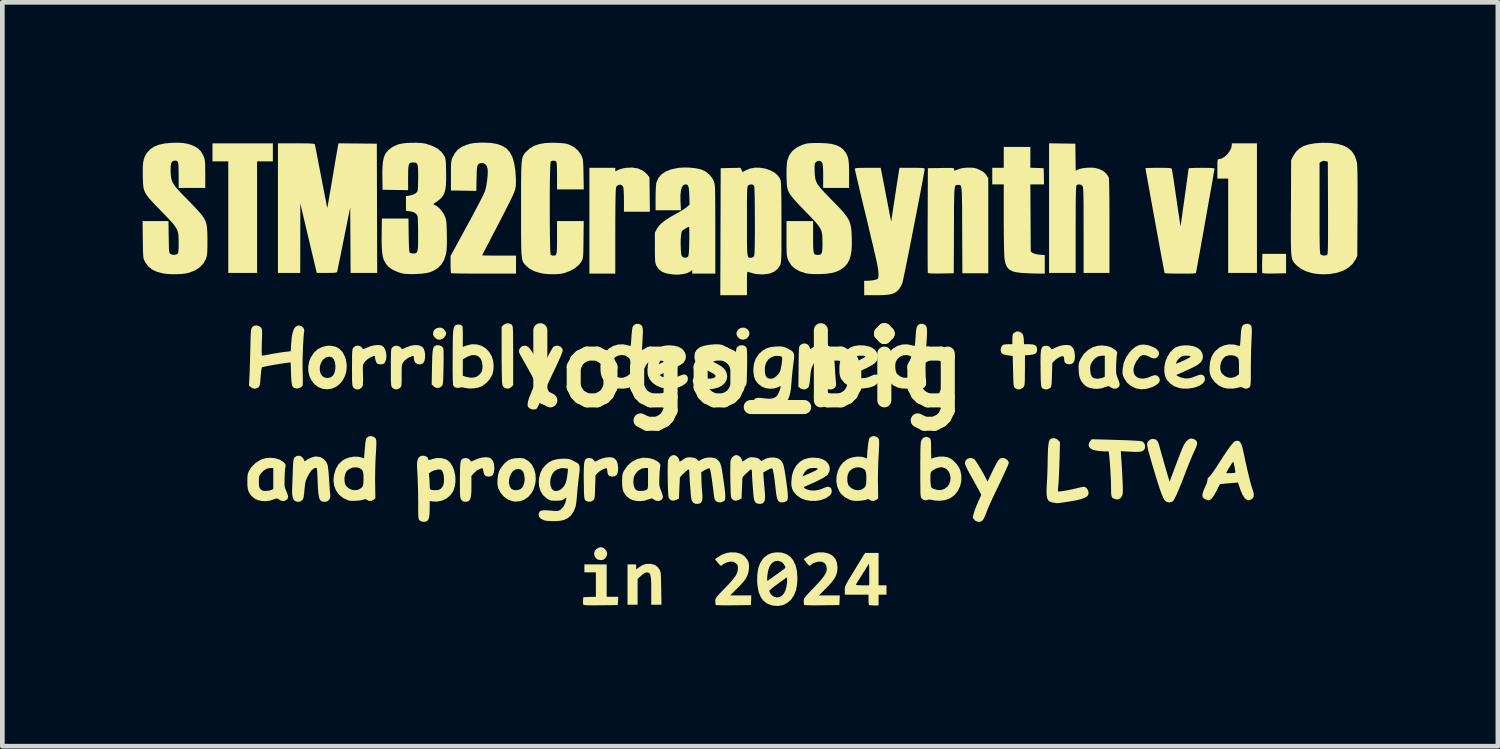
<source format=kicad_pcb>
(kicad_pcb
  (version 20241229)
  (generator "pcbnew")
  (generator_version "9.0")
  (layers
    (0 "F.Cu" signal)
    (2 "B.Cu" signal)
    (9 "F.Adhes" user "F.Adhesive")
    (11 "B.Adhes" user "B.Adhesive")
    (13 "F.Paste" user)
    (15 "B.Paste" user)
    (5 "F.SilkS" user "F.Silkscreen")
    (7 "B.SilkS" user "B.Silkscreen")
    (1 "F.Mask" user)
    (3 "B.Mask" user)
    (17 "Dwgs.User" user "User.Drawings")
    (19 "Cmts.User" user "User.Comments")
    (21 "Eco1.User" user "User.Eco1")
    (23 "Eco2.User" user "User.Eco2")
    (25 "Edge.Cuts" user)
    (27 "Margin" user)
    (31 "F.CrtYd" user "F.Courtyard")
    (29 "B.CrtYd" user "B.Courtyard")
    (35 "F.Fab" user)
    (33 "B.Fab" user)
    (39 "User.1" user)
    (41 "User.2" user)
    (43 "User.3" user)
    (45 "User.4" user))
  (footprint "logo_big"
    (layer "F.Cu")
    (at 12.863 4.834)
    (property "Reference" "logo_big" (at 0 0 0) (layer "F.SilkS") (effects (font (size 1.5 1.5) (thickness 0.3))))
    (attr board_only exclude_from_pos_files exclude_from_bom)
    (fp_poly (pts (xy -10.077 -4.626) (xy -10.077 -4.433) (xy -10.246 -4.433) (xy -10.415 -4.433) (xy -10.415 -3.24) (xy -10.415 -2.047) (xy -10.723 -2.047) (xy -11.031 -2.047) (xy -11.031 -3.24) (xy -11.031 -4.433) (xy -11.2 -4.433) (xy -11.369 -4.433) (xy -11.369 -4.626) (xy -11.369 -4.818) (xy -10.723 -4.818) (xy -10.077 -4.818)) (stroke (width 0) (type solid)) (fill yes) (layer "F.SilkS"))
    (fp_poly (pts (xy 11.592 -2.248) (xy 11.592 -2.04) (xy 11.342 -2.035) (xy 11.244 -2.034) (xy 11.174 -2.035) (xy 11.126 -2.037) (xy 11.098 -2.042) (xy 11.085 -2.049) (xy 11.084 -2.052) (xy 11.081 -2.074) (xy 11.08 -2.121) (xy 11.079 -2.185) (xy 11.08 -2.26) (xy 11.08 -2.264) (xy 11.085 -2.455) (xy 11.338 -2.455) (xy 11.592 -2.455)) (stroke (width 0) (type solid)) (fill yes) (layer "F.SilkS"))
    (fp_poly (pts (xy 0.024 -0.871) (xy 0.073 -0.842) (xy 0.108 -0.792) (xy 0.112 -0.782) (xy 0.114 -0.738) (xy 0.095 -0.689) (xy 0.062 -0.65) (xy 0.045 -0.638) (xy -0.01 -0.619) (xy -0.061 -0.624) (xy -0.093 -0.638) (xy -0.133 -0.673) (xy -0.158 -0.721) (xy -0.162 -0.769) (xy -0.16 -0.775) (xy -0.13 -0.831) (xy -0.085 -0.865) (xy -0.031 -0.879)) (stroke (width 0) (type solid)) (fill yes) (layer "F.SilkS"))
    (fp_poly (pts (xy -6.466 -0.873) (xy -6.432 -0.854) (xy -6.409 -0.83) (xy -6.384 -0.795) (xy -6.37 -0.766) (xy -6.369 -0.762) (xy -6.382 -0.712) (xy -6.414 -0.665) (xy -6.448 -0.638) (xy -6.503 -0.618) (xy -6.552 -0.624) (xy -6.588 -0.643) (xy -6.632 -0.684) (xy -6.652 -0.734) (xy -6.648 -0.785) (xy -6.623 -0.83) (xy -6.58 -0.863) (xy -6.521 -0.877) (xy -6.514 -0.877)) (stroke (width 0) (type solid)) (fill yes) (layer "F.SilkS"))
    (fp_poly (pts (xy -3.009 3.832) (xy -2.99 3.845) (xy -2.943 3.898) (xy -2.926 3.954) (xy -2.939 4.011) (xy -2.963 4.047) (xy -2.999 4.081) (xy -3.04 4.094) (xy -3.059 4.095) (xy -3.107 4.089) (xy -3.146 4.074) (xy -3.148 4.072) (xy -3.178 4.042) (xy -3.199 4.004) (xy -3.208 3.95) (xy -3.192 3.899) (xy -3.158 3.857) (xy -3.113 3.829) (xy -3.061 3.819)) (stroke (width 0) (type solid)) (fill yes) (layer "F.SilkS"))
    (fp_poly (pts (xy 4.395 0.266) (xy 4.439 0.284) (xy 4.469 0.316) (xy 4.477 0.347) (xy 4.47 0.38) (xy 4.451 0.432) (xy 4.425 0.492) (xy 4.395 0.554) (xy 4.366 0.607) (xy 4.341 0.643) (xy 4.336 0.649) (xy 4.293 0.673) (xy 4.239 0.674) (xy 4.188 0.653) (xy 4.161 0.62) (xy 4.154 0.591) (xy 4.161 0.558) (xy 4.18 0.508) (xy 4.207 0.448) (xy 4.237 0.386) (xy 4.267 0.332) (xy 4.292 0.293) (xy 4.304 0.281) (xy 4.347 0.263)) (stroke (width 0) (type solid)) (fill yes) (layer "F.SilkS"))
    (fp_poly (pts (xy 10.969 -3.433) (xy 10.969 -2.047) (xy 10.662 -2.047) (xy 10.354 -2.047) (xy 10.354 -3.056) (xy 10.354 -4.064) (xy 10.238 -4.064) (xy 10.123 -4.064) (xy 10.123 -4.272) (xy 10.123 -4.355) (xy 10.124 -4.413) (xy 10.127 -4.449) (xy 10.133 -4.469) (xy 10.141 -4.478) (xy 10.153 -4.48) (xy 10.154 -4.48) (xy 10.213 -4.493) (xy 10.274 -4.53) (xy 10.333 -4.583) (xy 10.382 -4.646) (xy 10.417 -4.712) (xy 10.431 -4.776) (xy 10.431 -4.779) (xy 10.431 -4.818) (xy 10.7 -4.818) (xy 10.969 -4.818)) (stroke (width 0) (type solid)) (fill yes) (layer "F.SilkS"))
    (fp_poly (pts (xy -2.938 4.534) (xy -2.938 4.88) (xy -2.815 4.88) (xy -2.691 4.88) (xy -2.695 4.968) (xy -2.7 5.057) (xy -3.066 5.061) (xy -3.184 5.062) (xy -3.275 5.062) (xy -3.342 5.061) (xy -3.389 5.059) (xy -3.419 5.055) (xy -3.435 5.049) (xy -3.44 5.044) (xy -3.444 5.015) (xy -3.444 4.971) (xy -3.443 4.955) (xy -3.438 4.888) (xy -3.304 4.883) (xy -3.169 4.879) (xy -3.169 4.618) (xy -3.169 4.356) (xy -3.292 4.356) (xy -3.415 4.356) (xy -3.415 4.272) (xy -3.415 4.187) (xy -3.177 4.187) (xy -2.938 4.187)) (stroke (width 0) (type solid)) (fill yes) (layer "F.SilkS"))
    (fp_poly (pts (xy -4.991 -0.955) (xy -4.969 -0.939) (xy -4.962 -0.93) (xy -4.955 -0.919) (xy -4.95 -0.903) (xy -4.946 -0.878) (xy -4.944 -0.842) (xy -4.941 -0.792) (xy -4.94 -0.725) (xy -4.939 -0.638) (xy -4.939 -0.528) (xy -4.938 -0.392) (xy -4.938 -0.276) (xy -4.938 0.355) (xy -4.976 0.393) (xy -5.026 0.424) (xy -5.082 0.426) (xy -5.118 0.413) (xy -5.148 0.387) (xy -5.168 0.35) (xy -5.173 0.321) (xy -5.177 0.262) (xy -5.18 0.176) (xy -5.182 0.064) (xy -5.184 -0.074) (xy -5.185 -0.234) (xy -5.185 -0.295) (xy -5.185 -0.894) (xy -5.147 -0.932) (xy -5.099 -0.962) (xy -5.043 -0.97)) (stroke (width 0) (type solid)) (fill yes) (layer "F.SilkS"))
    (fp_poly (pts (xy -6.472 -0.481) (xy -6.438 -0.447) (xy -6.435 -0.442) (xy -6.43 -0.414) (xy -6.427 -0.359) (xy -6.425 -0.278) (xy -6.425 -0.174) (xy -6.427 -0.049) (xy -6.427 -0.032) (xy -6.43 0.086) (xy -6.432 0.176) (xy -6.435 0.243) (xy -6.438 0.292) (xy -6.443 0.326) (xy -6.449 0.348) (xy -6.456 0.364) (xy -6.467 0.376) (xy -6.471 0.38) (xy -6.52 0.411) (xy -6.575 0.413) (xy -6.628 0.388) (xy -6.641 0.376) (xy -6.681 0.336) (xy -6.674 -0.038) (xy -6.671 -0.166) (xy -6.668 -0.267) (xy -6.663 -0.344) (xy -6.656 -0.401) (xy -6.646 -0.441) (xy -6.633 -0.467) (xy -6.615 -0.484) (xy -6.592 -0.495) (xy -6.575 -0.499) (xy -6.522 -0.5)) (stroke (width 0) (type solid)) (fill yes) (layer "F.SilkS"))
    (fp_poly (pts (xy 0.000373 -0.492) (xy 0.041 -0.464) (xy 0.058 -0.433) (xy 0.061 -0.407) (xy 0.064 -0.354) (xy 0.066 -0.281) (xy 0.066 -0.191) (xy 0.066 -0.09) (xy 0.065 -0.024) (xy 0.062 0.091) (xy 0.06 0.18) (xy 0.058 0.247) (xy 0.055 0.294) (xy 0.05 0.327) (xy 0.044 0.349) (xy 0.036 0.364) (xy 0.026 0.376) (xy 0.022 0.38) (xy -0.028 0.41) (xy -0.083 0.413) (xy -0.136 0.388) (xy -0.149 0.376) (xy -0.188 0.336) (xy -0.182 -0.046) (xy -0.18 -0.166) (xy -0.178 -0.259) (xy -0.175 -0.329) (xy -0.171 -0.38) (xy -0.167 -0.415) (xy -0.161 -0.438) (xy -0.154 -0.453) (xy -0.148 -0.459) (xy -0.103 -0.491) (xy -0.05 -0.502)) (stroke (width 0) (type solid)) (fill yes) (layer "F.SilkS"))
    (fp_poly (pts (xy -2.279 -4.284) (xy -2.177 -4.242) (xy -2.093 -4.177) (xy -2.071 -4.151) (xy -2.023 -4.092) (xy -2.018 -3.724) (xy -2.014 -3.356) (xy -2.292 -3.356) (xy -2.569 -3.356) (xy -2.569 -3.601) (xy -2.57 -3.688) (xy -2.573 -3.766) (xy -2.576 -3.829) (xy -2.581 -3.872) (xy -2.583 -3.884) (xy -2.61 -3.92) (xy -2.649 -3.935) (xy -2.69 -3.928) (xy -2.725 -3.9) (xy -2.737 -3.875) (xy -2.742 -3.848) (xy -2.745 -3.789) (xy -2.748 -3.7) (xy -2.75 -3.581) (xy -2.752 -3.432) (xy -2.753 -3.254) (xy -2.754 -3.045) (xy -2.754 -2.93) (xy -2.754 -2.032) (xy -3.031 -2.032) (xy -3.308 -2.032) (xy -3.308 -3.163) (xy -3.308 -4.295) (xy -3.031 -4.295) (xy -2.754 -4.295) (xy -2.754 -4.257) (xy -2.754 -4.218) (xy -2.696 -4.249) (xy -2.651 -4.266) (xy -2.588 -4.283) (xy -2.529 -4.294) (xy -2.397 -4.301)) (stroke (width 0) (type solid)) (fill yes) (layer "F.SilkS"))
    (fp_poly (pts (xy -1.991 4.176) (xy -1.99 4.176) (xy -1.909 4.198) (xy -1.846 4.245) (xy -1.808 4.297) (xy -1.798 4.316) (xy -1.79 4.339) (xy -1.784 4.369) (xy -1.78 4.411) (xy -1.777 4.469) (xy -1.775 4.548) (xy -1.773 4.652) (xy -1.772 4.699) (xy -1.767 5.049) (xy -1.876 5.049) (xy -1.985 5.049) (xy -1.985 4.748) (xy -1.985 4.633) (xy -1.987 4.545) (xy -1.992 4.48) (xy -1.999 4.433) (xy -2.009 4.401) (xy -2.023 4.38) (xy -2.037 4.368) (xy -2.077 4.356) (xy -2.126 4.371) (xy -2.184 4.413) (xy -2.201 4.428) (xy -2.277 4.499) (xy -2.277 4.774) (xy -2.277 5.049) (xy -2.385 5.049) (xy -2.492 5.049) (xy -2.492 4.618) (xy -2.492 4.187) (xy -2.4 4.187) (xy -2.308 4.187) (xy -2.308 4.241) (xy -2.308 4.295) (xy -2.238 4.242) (xy -2.162 4.196) (xy -2.083 4.175)) (stroke (width 0) (type solid)) (fill yes) (layer "F.SilkS"))
    (fp_poly (pts (xy 6.123 -4.519) (xy 6.123 -4.296) (xy 6.265 -4.292) (xy 6.408 -4.287) (xy 6.412 -4.114) (xy 6.416 -3.941) (xy 6.27 -3.941) (xy 6.123 -3.941) (xy 6.127 -3.223) (xy 6.131 -2.505) (xy 6.169 -2.476) (xy 6.214 -2.457) (xy 6.283 -2.442) (xy 6.319 -2.438) (xy 6.431 -2.428) (xy 6.431 -2.23) (xy 6.431 -2.032) (xy 6.25 -2.034) (xy 6.16 -2.036) (xy 6.063 -2.04) (xy 5.974 -2.045) (xy 5.929 -2.048) (xy 5.817 -2.062) (xy 5.731 -2.086) (xy 5.667 -2.123) (xy 5.622 -2.176) (xy 5.591 -2.249) (xy 5.57 -2.345) (xy 5.57 -2.351) (xy 5.567 -2.387) (xy 5.564 -2.451) (xy 5.561 -2.538) (xy 5.559 -2.646) (xy 5.557 -2.77) (xy 5.555 -2.907) (xy 5.554 -3.054) (xy 5.554 -3.198) (xy 5.554 -3.941) (xy 5.431 -3.941) (xy 5.308 -3.941) (xy 5.308 -4.118) (xy 5.308 -4.295) (xy 5.431 -4.295) (xy 5.554 -4.295) (xy 5.554 -4.518) (xy 5.554 -4.741) (xy 5.838 -4.741) (xy 6.123 -4.741)) (stroke (width 0) (type solid)) (fill yes) (layer "F.SilkS"))
    (fp_poly (pts (xy -8.738 -0.47) (xy -8.655 -0.426) (xy -8.588 -0.356) (xy -8.538 -0.26) (xy -8.514 -0.186) (xy -8.497 -0.068) (xy -8.504 0.045) (xy -8.532 0.15) (xy -8.579 0.244) (xy -8.643 0.323) (xy -8.721 0.385) (xy -8.81 0.426) (xy -8.908 0.442) (xy -9.01 0.432) (xy -9.107 0.394) (xy -9.188 0.333) (xy -9.251 0.254) (xy -9.296 0.16) (xy -9.319 0.056) (xy -9.32 0.023) (xy -9.075 0.023) (xy -9.061 0.095) (xy -9.026 0.154) (xy -9.021 0.16) (xy -8.968 0.192) (xy -8.904 0.2) (xy -8.838 0.184) (xy -8.831 0.18) (xy -8.786 0.142) (xy -8.755 0.079) (xy -8.74 -0.003) (xy -8.739 -0.038) (xy -8.747 -0.128) (xy -8.772 -0.195) (xy -8.81 -0.239) (xy -8.861 -0.257) (xy -8.921 -0.248) (xy -8.948 -0.236) (xy -9.005 -0.191) (xy -9.046 -0.128) (xy -9.07 -0.054) (xy -9.075 0.023) (xy -9.32 0.023) (xy -9.32 -0.054) (xy -9.297 -0.165) (xy -9.268 -0.236) (xy -9.203 -0.337) (xy -9.121 -0.414) (xy -9.023 -0.465) (xy -8.912 -0.489) (xy -8.839 -0.49)) (stroke (width 0) (type solid)) (fill yes) (layer "F.SilkS"))
    (fp_poly (pts (xy 8.647 -0.5) (xy 8.746 -0.464) (xy 8.816 -0.423) (xy 8.86 -0.378) (xy 8.878 -0.33) (xy 8.867 -0.282) (xy 8.841 -0.249) (xy 8.804 -0.223) (xy 8.763 -0.218) (xy 8.71 -0.233) (xy 8.668 -0.254) (xy 8.595 -0.285) (xy 8.536 -0.292) (xy 8.487 -0.273) (xy 8.448 -0.238) (xy 8.383 -0.147) (xy 8.341 -0.05) (xy 8.329 0.005) (xy 8.331 0.08) (xy 8.357 0.14) (xy 8.404 0.184) (xy 8.467 0.209) (xy 8.543 0.213) (xy 8.628 0.195) (xy 8.675 0.177) (xy 8.726 0.156) (xy 8.772 0.142) (xy 8.794 0.139) (xy 8.839 0.152) (xy 8.875 0.188) (xy 8.892 0.235) (xy 8.892 0.244) (xy 8.882 0.286) (xy 8.849 0.325) (xy 8.791 0.364) (xy 8.731 0.394) (xy 8.614 0.431) (xy 8.499 0.442) (xy 8.39 0.424) (xy 8.372 0.418) (xy 8.27 0.368) (xy 8.19 0.299) (xy 8.133 0.215) (xy 8.111 0.167) (xy 8.098 0.128) (xy 8.094 0.083) (xy 8.096 0.021) (xy 8.096 0.013) (xy 8.118 -0.119) (xy 8.17 -0.243) (xy 8.251 -0.358) (xy 8.291 -0.401) (xy 8.372 -0.467) (xy 8.456 -0.506) (xy 8.547 -0.516)) (stroke (width 0) (type solid)) (fill yes) (layer "F.SilkS"))
    (fp_poly (pts (xy -4.728 1.917) (xy -4.692 1.928) (xy -4.607 1.98) (xy -4.538 2.054) (xy -4.489 2.148) (xy -4.461 2.256) (xy -4.455 2.375) (xy -4.463 2.447) (xy -4.494 2.563) (xy -4.546 2.663) (xy -4.615 2.743) (xy -4.698 2.802) (xy -4.793 2.836) (xy -4.896 2.843) (xy -4.964 2.833) (xy -5.058 2.796) (xy -5.142 2.733) (xy -5.21 2.651) (xy -5.257 2.556) (xy -5.264 2.533) (xy -5.274 2.461) (xy -5.274 2.448) (xy -5.028 2.448) (xy -5.013 2.513) (xy -4.981 2.565) (xy -4.965 2.578) (xy -4.914 2.598) (xy -4.851 2.599) (xy -4.79 2.581) (xy -4.786 2.579) (xy -4.739 2.538) (xy -4.708 2.474) (xy -4.693 2.39) (xy -4.692 2.364) (xy -4.701 2.272) (xy -4.725 2.204) (xy -4.765 2.162) (xy -4.82 2.146) (xy -4.881 2.155) (xy -4.935 2.185) (xy -4.979 2.237) (xy -5.009 2.302) (xy -5.026 2.375) (xy -5.028 2.448) (xy -5.274 2.448) (xy -5.273 2.374) (xy -5.263 2.285) (xy -5.244 2.207) (xy -5.235 2.184) (xy -5.188 2.104) (xy -5.125 2.029) (xy -5.055 1.97) (xy -5.024 1.951) (xy -4.96 1.928) (xy -4.881 1.915) (xy -4.8 1.911)) (stroke (width 0) (type solid)) (fill yes) (layer "F.SilkS"))
    (fp_poly (pts (xy 6.804 -4.815) (xy 7.085 -4.811) (xy 7.089 -4.522) (xy 7.093 -4.233) (xy 7.14 -4.257) (xy 7.191 -4.275) (xy 7.263 -4.289) (xy 7.345 -4.297) (xy 7.427 -4.299) (xy 7.494 -4.295) (xy 7.594 -4.27) (xy 7.681 -4.226) (xy 7.75 -4.168) (xy 7.795 -4.099) (xy 7.799 -4.09) (xy 7.803 -4.064) (xy 7.806 -4.008) (xy 7.809 -3.921) (xy 7.811 -3.805) (xy 7.813 -3.658) (xy 7.814 -3.48) (xy 7.815 -3.272) (xy 7.815 -3.047) (xy 7.815 -2.047) (xy 7.538 -2.047) (xy 7.262 -2.047) (xy 7.262 -2.96) (xy 7.261 -3.153) (xy 7.261 -3.317) (xy 7.261 -3.456) (xy 7.26 -3.57) (xy 7.259 -3.663) (xy 7.257 -3.737) (xy 7.255 -3.794) (xy 7.252 -3.837) (xy 7.249 -3.868) (xy 7.245 -3.888) (xy 7.241 -3.902) (xy 7.238 -3.907) (xy 7.204 -3.933) (xy 7.16 -3.941) (xy 7.12 -3.93) (xy 7.111 -3.922) (xy 7.107 -3.911) (xy 7.103 -3.883) (xy 7.1 -3.837) (xy 7.098 -3.773) (xy 7.096 -3.687) (xy 7.094 -3.578) (xy 7.093 -3.444) (xy 7.093 -3.284) (xy 7.092 -3.096) (xy 7.092 -2.976) (xy 7.092 -2.047) (xy 6.808 -2.047) (xy 6.523 -2.047) (xy 6.523 -3.433) (xy 6.523 -4.819)) (stroke (width 0) (type solid)) (fill yes) (layer "F.SilkS"))
    (fp_poly (pts (xy 7.956 1.524) (xy 8.112 1.529) (xy 8.245 1.534) (xy 8.353 1.54) (xy 8.435 1.545) (xy 8.489 1.551) (xy 8.513 1.556) (xy 8.555 1.591) (xy 8.577 1.641) (xy 8.574 1.697) (xy 8.57 1.707) (xy 8.554 1.737) (xy 8.53 1.759) (xy 8.495 1.773) (xy 8.445 1.779) (xy 8.373 1.781) (xy 8.276 1.777) (xy 8.264 1.776) (xy 8.057 1.766) (xy 8.067 1.918) (xy 8.08 2.109) (xy 8.089 2.271) (xy 8.096 2.405) (xy 8.1 2.513) (xy 8.101 2.596) (xy 8.099 2.656) (xy 8.094 2.694) (xy 8.092 2.703) (xy 8.06 2.761) (xy 8.014 2.793) (xy 7.958 2.797) (xy 7.905 2.778) (xy 7.884 2.765) (xy 7.869 2.75) (xy 7.86 2.728) (xy 7.853 2.692) (xy 7.85 2.639) (xy 7.849 2.563) (xy 7.848 2.509) (xy 7.846 2.41) (xy 7.841 2.295) (xy 7.834 2.171) (xy 7.826 2.05) (xy 7.817 1.939) (xy 7.808 1.848) (xy 7.806 1.836) (xy 7.798 1.77) (xy 7.718 1.77) (xy 7.658 1.767) (xy 7.586 1.76) (xy 7.538 1.754) (xy 7.455 1.733) (xy 7.4 1.701) (xy 7.373 1.657) (xy 7.369 1.63) (xy 7.379 1.588) (xy 7.404 1.548) (xy 7.438 1.509)) (stroke (width 0) (type solid)) (fill yes) (layer "F.SilkS"))
    (fp_poly (pts (xy 2.877 4.287) (xy 2.877 4.634) (xy 2.962 4.634) (xy 3.046 4.634) (xy 3.046 4.734) (xy 3.046 4.834) (xy 2.962 4.834) (xy 2.877 4.834) (xy 2.877 4.949) (xy 2.877 5.065) (xy 2.779 5.065) (xy 2.727 5.063) (xy 2.688 5.059) (xy 2.672 5.054) (xy 2.667 5.035) (xy 2.663 4.993) (xy 2.662 4.939) (xy 2.662 4.939) (xy 2.662 4.834) (xy 2.408 4.834) (xy 2.154 4.834) (xy 2.154 4.742) (xy 2.154 4.714) (xy 2.156 4.689) (xy 2.162 4.663) (xy 2.174 4.633) (xy 2.183 4.614) (xy 2.394 4.614) (xy 2.396 4.624) (xy 2.416 4.629) (xy 2.459 4.633) (xy 2.529 4.634) (xy 2.53 4.634) (xy 2.677 4.634) (xy 2.677 4.4) (xy 2.677 4.32) (xy 2.676 4.252) (xy 2.674 4.203) (xy 2.672 4.176) (xy 2.671 4.173) (xy 2.662 4.187) (xy 2.64 4.222) (xy 2.608 4.273) (xy 2.569 4.334) (xy 2.528 4.399) (xy 2.487 4.465) (xy 2.45 4.524) (xy 2.419 4.573) (xy 2.399 4.606) (xy 2.394 4.614) (xy 2.183 4.614) (xy 2.193 4.594) (xy 2.221 4.544) (xy 2.259 4.479) (xy 2.311 4.394) (xy 2.371 4.295) (xy 2.588 3.941) (xy 2.732 3.941) (xy 2.877 3.941)) (stroke (width 0) (type solid)) (fill yes) (layer "F.SilkS"))
    (fp_poly (pts (xy 1.713 3.931) (xy 1.813 3.955) (xy 1.893 4.001) (xy 1.952 4.067) (xy 1.987 4.152) (xy 1.998 4.255) (xy 1.997 4.278) (xy 1.989 4.349) (xy 1.971 4.414) (xy 1.94 4.477) (xy 1.893 4.544) (xy 1.828 4.62) (xy 1.759 4.691) (xy 1.602 4.849) (xy 1.825 4.849) (xy 2.048 4.849) (xy 2.043 4.953) (xy 2.038 5.057) (xy 1.668 5.061) (xy 1.564 5.062) (xy 1.471 5.062) (xy 1.392 5.061) (xy 1.333 5.059) (xy 1.296 5.057) (xy 1.287 5.055) (xy 1.281 5.034) (xy 1.277 4.994) (xy 1.277 4.976) (xy 1.278 4.952) (xy 1.281 4.93) (xy 1.291 4.908) (xy 1.31 4.881) (xy 1.34 4.845) (xy 1.385 4.797) (xy 1.446 4.732) (xy 1.49 4.687) (xy 1.582 4.59) (xy 1.652 4.511) (xy 1.704 4.445) (xy 1.739 4.389) (xy 1.76 4.341) (xy 1.769 4.297) (xy 1.769 4.281) (xy 1.758 4.21) (xy 1.724 4.16) (xy 1.67 4.132) (xy 1.619 4.126) (xy 1.568 4.132) (xy 1.511 4.149) (xy 1.461 4.172) (xy 1.427 4.197) (xy 1.423 4.202) (xy 1.408 4.216) (xy 1.388 4.21) (xy 1.359 4.181) (xy 1.332 4.147) (xy 1.278 4.076) (xy 1.32 4.042) (xy 1.419 3.978) (xy 1.531 3.939) (xy 1.595 3.929)) (stroke (width 0) (type solid)) (fill yes) (layer "F.SilkS"))
    (fp_poly (pts (xy 5.885 -0.793) (xy 5.933 -0.764) (xy 5.957 -0.74) (xy 5.971 -0.711) (xy 5.978 -0.667) (xy 5.982 -0.626) (xy 5.988 -0.523) (xy 6.092 -0.523) (xy 6.172 -0.518) (xy 6.225 -0.5) (xy 6.256 -0.469) (xy 6.267 -0.42) (xy 6.268 -0.41) (xy 6.261 -0.36) (xy 6.238 -0.326) (xy 6.194 -0.305) (xy 6.126 -0.294) (xy 6.111 -0.292) (xy 6.008 -0.285) (xy 6.007 0) (xy 6.006 0.115) (xy 6.005 0.203) (xy 6.004 0.269) (xy 6.001 0.316) (xy 5.997 0.349) (xy 5.991 0.371) (xy 5.982 0.387) (xy 5.971 0.4) (xy 5.962 0.409) (xy 5.911 0.44) (xy 5.855 0.444) (xy 5.801 0.419) (xy 5.798 0.417) (xy 5.786 0.406) (xy 5.777 0.394) (xy 5.77 0.375) (xy 5.765 0.345) (xy 5.761 0.301) (xy 5.759 0.238) (xy 5.756 0.152) (xy 5.754 0.059) (xy 5.746 -0.269) (xy 5.646 -0.285) (xy 5.591 -0.295) (xy 5.547 -0.306) (xy 5.526 -0.314) (xy 5.498 -0.347) (xy 5.488 -0.394) (xy 5.494 -0.445) (xy 5.516 -0.488) (xy 5.539 -0.508) (xy 5.57 -0.517) (xy 5.618 -0.522) (xy 5.653 -0.523) (xy 5.738 -0.523) (xy 5.738 -0.63) (xy 5.74 -0.688) (xy 5.745 -0.724) (xy 5.756 -0.748) (xy 5.778 -0.767) (xy 5.779 -0.769) (xy 5.832 -0.796)) (stroke (width 0) (type solid)) (fill yes) (layer "F.SilkS"))
    (fp_poly (pts (xy -5.453 1.902) (xy -5.422 1.916) (xy -5.376 1.964) (xy -5.348 2.035) (xy -5.34 2.127) (xy -5.341 2.15) (xy -5.352 2.225) (xy -5.374 2.274) (xy -5.41 2.301) (xy -5.463 2.309) (xy -5.463 2.309) (xy -5.515 2.302) (xy -5.549 2.276) (xy -5.569 2.228) (xy -5.576 2.194) (xy -5.584 2.151) (xy -5.594 2.132) (xy -5.611 2.131) (xy -5.62 2.133) (xy -5.704 2.171) (xy -5.775 2.232) (xy -5.782 2.24) (xy -5.831 2.295) (xy -5.831 2.507) (xy -5.832 2.62) (xy -5.838 2.706) (xy -5.85 2.767) (xy -5.868 2.809) (xy -5.895 2.834) (xy -5.932 2.846) (xy -5.967 2.848) (xy -6.016 2.834) (xy -6.045 2.807) (xy -6.055 2.793) (xy -6.063 2.777) (xy -6.068 2.754) (xy -6.072 2.721) (xy -6.075 2.673) (xy -6.076 2.608) (xy -6.077 2.52) (xy -6.077 2.405) (xy -6.077 2.388) (xy -6.076 2.259) (xy -6.075 2.157) (xy -6.072 2.08) (xy -6.066 2.022) (xy -6.058 1.981) (xy -6.046 1.953) (xy -6.031 1.935) (xy -6.01 1.923) (xy -5.996 1.918) (xy -5.944 1.911) (xy -5.895 1.925) (xy -5.861 1.954) (xy -5.856 1.963) (xy -5.847 1.979) (xy -5.835 1.984) (xy -5.811 1.977) (xy -5.77 1.958) (xy -5.753 1.95) (xy -5.674 1.919) (xy -5.593 1.9) (xy -5.516 1.894)) (stroke (width 0) (type solid)) (fill yes) (layer "F.SilkS"))
    (fp_poly (pts (xy 6.962 -0.499) (xy 6.993 -0.486) (xy 7.038 -0.438) (xy 7.066 -0.366) (xy 7.077 -0.272) (xy 7.077 -0.264) (xy 7.069 -0.185) (xy 7.046 -0.131) (xy 7.005 -0.101) (xy 6.954 -0.092) (xy 6.895 -0.102) (xy 6.859 -0.133) (xy 6.846 -0.184) (xy 6.846 -0.19) (xy 6.842 -0.241) (xy 6.826 -0.265) (xy 6.794 -0.266) (xy 6.752 -0.25) (xy 6.699 -0.22) (xy 6.65 -0.181) (xy 6.638 -0.17) (xy 6.592 -0.121) (xy 6.585 0.133) (xy 6.582 0.227) (xy 6.579 0.296) (xy 6.575 0.343) (xy 6.569 0.374) (xy 6.562 0.394) (xy 6.551 0.408) (xy 6.541 0.417) (xy 6.491 0.441) (xy 6.436 0.444) (xy 6.389 0.426) (xy 6.375 0.414) (xy 6.366 0.402) (xy 6.359 0.385) (xy 6.354 0.36) (xy 6.35 0.323) (xy 6.347 0.269) (xy 6.344 0.196) (xy 6.343 0.099) (xy 6.342 0.007) (xy 6.34 -0.127) (xy 6.341 -0.234) (xy 6.344 -0.317) (xy 6.35 -0.379) (xy 6.359 -0.423) (xy 6.373 -0.453) (xy 6.39 -0.472) (xy 6.413 -0.483) (xy 6.424 -0.487) (xy 6.478 -0.489) (xy 6.527 -0.472) (xy 6.559 -0.441) (xy 6.56 -0.437) (xy 6.569 -0.42) (xy 6.581 -0.415) (xy 6.603 -0.421) (xy 6.643 -0.441) (xy 6.662 -0.451) (xy 6.74 -0.482) (xy 6.821 -0.501) (xy 6.898 -0.507)) (stroke (width 0) (type solid)) (fill yes) (layer "F.SilkS"))
    (fp_poly (pts (xy -2.808 1.902) (xy -2.776 1.916) (xy -2.731 1.963) (xy -2.703 2.035) (xy -2.692 2.13) (xy -2.692 2.137) (xy -2.7 2.217) (xy -2.724 2.271) (xy -2.764 2.301) (xy -2.815 2.309) (xy -2.873 2.3) (xy -2.908 2.27) (xy -2.922 2.218) (xy -2.923 2.201) (xy -2.927 2.161) (xy -2.936 2.135) (xy -2.938 2.132) (xy -2.964 2.132) (xy -3.005 2.146) (xy -3.053 2.172) (xy -3.099 2.203) (xy -3.131 2.231) (xy -3.177 2.28) (xy -3.185 2.535) (xy -3.188 2.629) (xy -3.191 2.697) (xy -3.195 2.744) (xy -3.2 2.776) (xy -3.208 2.796) (xy -3.218 2.809) (xy -3.229 2.818) (xy -3.278 2.843) (xy -3.333 2.846) (xy -3.381 2.827) (xy -3.394 2.816) (xy -3.403 2.803) (xy -3.41 2.786) (xy -3.416 2.761) (xy -3.42 2.724) (xy -3.423 2.671) (xy -3.425 2.598) (xy -3.426 2.5) (xy -3.428 2.409) (xy -3.429 2.274) (xy -3.428 2.167) (xy -3.425 2.085) (xy -3.419 2.023) (xy -3.41 1.978) (xy -3.397 1.948) (xy -3.379 1.929) (xy -3.356 1.918) (xy -3.345 1.915) (xy -3.291 1.912) (xy -3.242 1.929) (xy -3.211 1.961) (xy -3.209 1.964) (xy -3.2 1.981) (xy -3.188 1.987) (xy -3.166 1.98) (xy -3.126 1.961) (xy -3.107 1.951) (xy -3.03 1.919) (xy -2.948 1.9) (xy -2.872 1.894)) (stroke (width 0) (type solid)) (fill yes) (layer "F.SilkS"))
    (fp_poly (pts (xy -0.174 3.932) (xy -0.075 3.958) (xy 0.005 4.007) (xy 0.065 4.078) (xy 0.074 4.095) (xy 0.094 4.139) (xy 0.104 4.182) (xy 0.105 4.235) (xy 0.104 4.273) (xy 0.095 4.348) (xy 0.075 4.416) (xy 0.041 4.483) (xy -0.009 4.554) (xy -0.08 4.633) (xy -0.144 4.699) (xy -0.296 4.849) (xy -0.07 4.849) (xy 0.155 4.849) (xy 0.151 4.953) (xy 0.146 5.057) (xy -0.224 5.061) (xy -0.328 5.062) (xy -0.421 5.062) (xy -0.5 5.061) (xy -0.56 5.059) (xy -0.596 5.057) (xy -0.605 5.055) (xy -0.611 5.034) (xy -0.615 4.994) (xy -0.615 4.975) (xy -0.615 4.95) (xy -0.611 4.929) (xy -0.6 4.906) (xy -0.581 4.878) (xy -0.549 4.841) (xy -0.503 4.791) (xy -0.439 4.724) (xy -0.417 4.702) (xy -0.326 4.607) (xy -0.257 4.529) (xy -0.205 4.465) (xy -0.169 4.41) (xy -0.147 4.361) (xy -0.135 4.315) (xy -0.132 4.276) (xy -0.134 4.226) (xy -0.145 4.193) (xy -0.171 4.165) (xy -0.174 4.163) (xy -0.229 4.132) (xy -0.278 4.126) (xy -0.327 4.132) (xy -0.382 4.149) (xy -0.431 4.172) (xy -0.465 4.196) (xy -0.469 4.202) (xy -0.484 4.216) (xy -0.503 4.211) (xy -0.532 4.185) (xy -0.564 4.147) (xy -0.622 4.076) (xy -0.584 4.047) (xy -0.481 3.982) (xy -0.368 3.941) (xy -0.292 3.929)) (stroke (width 0) (type solid)) (fill yes) (layer "F.SilkS"))
    (fp_poly (pts (xy -6.963 -0.501) (xy -6.901 -0.479) (xy -6.858 -0.438) (xy -6.853 -0.429) (xy -6.831 -0.368) (xy -6.821 -0.298) (xy -6.823 -0.229) (xy -6.835 -0.168) (xy -6.858 -0.123) (xy -6.876 -0.108) (xy -6.937 -0.09) (xy -6.991 -0.099) (xy -7.033 -0.131) (xy -7.058 -0.183) (xy -7.062 -0.217) (xy -7.063 -0.256) (xy -7.071 -0.271) (xy -7.089 -0.27) (xy -7.096 -0.268) (xy -7.184 -0.231) (xy -7.254 -0.178) (xy -7.284 -0.143) (xy -7.299 -0.119) (xy -7.31 -0.096) (xy -7.317 -0.068) (xy -7.321 -0.029) (xy -7.322 0.027) (xy -7.323 0.105) (xy -7.323 0.147) (xy -7.323 0.237) (xy -7.324 0.301) (xy -7.327 0.344) (xy -7.332 0.373) (xy -7.34 0.392) (xy -7.352 0.407) (xy -7.359 0.413) (xy -7.408 0.441) (xy -7.462 0.443) (xy -7.511 0.419) (xy -7.52 0.411) (xy -7.531 0.399) (xy -7.538 0.385) (xy -7.544 0.366) (xy -7.548 0.337) (xy -7.551 0.295) (xy -7.553 0.235) (xy -7.554 0.155) (xy -7.554 0.05) (xy -7.554 -0.025) (xy -7.554 -0.146) (xy -7.553 -0.241) (xy -7.552 -0.312) (xy -7.55 -0.363) (xy -7.547 -0.399) (xy -7.542 -0.423) (xy -7.536 -0.439) (xy -7.527 -0.451) (xy -7.518 -0.459) (xy -7.468 -0.488) (xy -7.412 -0.49) (xy -7.361 -0.466) (xy -7.347 -0.454) (xy -7.312 -0.415) (xy -7.225 -0.455) (xy -7.13 -0.49) (xy -7.041 -0.505)) (stroke (width 0) (type solid)) (fill yes) (layer "F.SilkS"))
    (fp_poly (pts (xy 6.691 1.507) (xy 6.719 1.532) (xy 6.757 1.576) (xy 6.747 1.954) (xy 6.743 2.069) (xy 6.739 2.183) (xy 6.734 2.289) (xy 6.729 2.381) (xy 6.725 2.452) (xy 6.723 2.478) (xy 6.717 2.541) (xy 6.714 2.591) (xy 6.712 2.621) (xy 6.713 2.627) (xy 6.731 2.628) (xy 6.773 2.624) (xy 6.832 2.616) (xy 6.901 2.604) (xy 6.973 2.59) (xy 7.043 2.575) (xy 7.095 2.563) (xy 7.161 2.547) (xy 7.218 2.534) (xy 7.257 2.526) (xy 7.269 2.525) (xy 7.306 2.538) (xy 7.34 2.573) (xy 7.363 2.618) (xy 7.369 2.654) (xy 7.362 2.696) (xy 7.338 2.73) (xy 7.292 2.759) (xy 7.222 2.785) (xy 7.173 2.799) (xy 7.124 2.811) (xy 7.059 2.824) (xy 6.982 2.837) (xy 6.902 2.85) (xy 6.826 2.862) (xy 6.759 2.871) (xy 6.708 2.876) (xy 6.681 2.877) (xy 6.68 2.877) (xy 6.658 2.873) (xy 6.631 2.868) (xy 6.576 2.857) (xy 6.534 2.84) (xy 6.504 2.814) (xy 6.484 2.775) (xy 6.473 2.72) (xy 6.469 2.645) (xy 6.471 2.546) (xy 6.476 2.454) (xy 6.482 2.345) (xy 6.487 2.227) (xy 6.491 2.111) (xy 6.493 2.01) (xy 6.493 1.973) (xy 6.496 1.825) (xy 6.501 1.707) (xy 6.51 1.617) (xy 6.523 1.554) (xy 6.539 1.518) (xy 6.543 1.513) (xy 6.586 1.489) (xy 6.639 1.488)) (stroke (width 0) (type solid)) (fill yes) (layer "F.SilkS"))
    (fp_poly (pts (xy -3.967 -0.489) (xy -3.92 -0.467) (xy -3.888 -0.43) (xy -3.877 -0.386) (xy -3.884 -0.361) (xy -3.902 -0.311) (xy -3.932 -0.241) (xy -3.971 -0.153) (xy -4.018 -0.051) (xy -4.071 0.062) (xy -4.091 0.102) (xy -4.145 0.217) (xy -4.197 0.327) (xy -4.245 0.43) (xy -4.285 0.52) (xy -4.318 0.593) (xy -4.339 0.645) (xy -4.344 0.659) (xy -4.377 0.745) (xy -4.404 0.806) (xy -4.427 0.845) (xy -4.448 0.865) (xy -4.455 0.868) (xy -4.517 0.876) (xy -4.577 0.855) (xy -4.592 0.844) (xy -4.618 0.82) (xy -4.629 0.793) (xy -4.628 0.751) (xy -4.627 0.74) (xy -4.619 0.698) (xy -4.6 0.637) (xy -4.573 0.564) (xy -4.542 0.487) (xy -4.54 0.481) (xy -4.46 0.294) (xy -4.559 0.112) (xy -4.602 0.034) (xy -4.646 -0.046) (xy -4.686 -0.117) (xy -4.716 -0.169) (xy -4.757 -0.241) (xy -4.785 -0.291) (xy -4.802 -0.325) (xy -4.811 -0.349) (xy -4.815 -0.368) (xy -4.815 -0.382) (xy -4.805 -0.416) (xy -4.779 -0.453) (xy -4.777 -0.456) (xy -4.739 -0.484) (xy -4.695 -0.49) (xy -4.681 -0.49) (xy -4.65 -0.483) (xy -4.62 -0.466) (xy -4.588 -0.435) (xy -4.552 -0.388) (xy -4.509 -0.32) (xy -4.456 -0.23) (xy -4.421 -0.168) (xy -4.326 0.004) (xy -4.215 -0.222) (xy -4.176 -0.299) (xy -4.138 -0.369) (xy -4.106 -0.424) (xy -4.082 -0.46) (xy -4.072 -0.47) (xy -4.02 -0.491)) (stroke (width 0) (type solid)) (fill yes) (layer "F.SilkS"))
    (fp_poly (pts (xy 5.584 1.92) (xy 5.627 1.95) (xy 5.656 1.989) (xy 5.662 2.016) (xy 5.655 2.038) (xy 5.637 2.083) (xy 5.608 2.149) (xy 5.571 2.23) (xy 5.528 2.325) (xy 5.479 2.428) (xy 5.467 2.452) (xy 5.404 2.584) (xy 5.352 2.691) (xy 5.311 2.779) (xy 5.278 2.849) (xy 5.252 2.907) (xy 5.231 2.955) (xy 5.213 2.997) (xy 5.198 3.037) (xy 5.182 3.078) (xy 5.174 3.102) (xy 5.15 3.16) (xy 5.125 3.211) (xy 5.104 3.244) (xy 5.103 3.244) (xy 5.058 3.273) (xy 5.004 3.277) (xy 4.95 3.255) (xy 4.933 3.241) (xy 4.906 3.21) (xy 4.893 3.185) (xy 4.892 3.182) (xy 4.899 3.143) (xy 4.916 3.082) (xy 4.943 3.005) (xy 4.977 2.918) (xy 5.008 2.846) (xy 5.074 2.697) (xy 5.004 2.569) (xy 4.969 2.504) (xy 4.924 2.423) (xy 4.876 2.336) (xy 4.829 2.253) (xy 4.783 2.169) (xy 4.749 2.098) (xy 4.728 2.047) (xy 4.723 2.021) (xy 4.736 1.97) (xy 4.77 1.933) (xy 4.817 1.913) (xy 4.869 1.912) (xy 4.918 1.934) (xy 4.929 1.944) (xy 4.953 1.974) (xy 4.987 2.024) (xy 5.027 2.089) (xy 5.071 2.161) (xy 5.113 2.235) (xy 5.15 2.303) (xy 5.171 2.343) (xy 5.206 2.416) (xy 5.311 2.197) (xy 5.36 2.099) (xy 5.398 2.026) (xy 5.43 1.974) (xy 5.457 1.939) (xy 5.483 1.92) (xy 5.51 1.911) (xy 5.534 1.909)) (stroke (width 0) (type solid)) (fill yes) (layer "F.SilkS"))
    (fp_poly (pts (xy -7.758 -0.497) (xy -7.749 -0.494) (xy -7.708 -0.463) (xy -7.676 -0.41) (xy -7.656 -0.343) (xy -7.649 -0.27) (xy -7.656 -0.199) (xy -7.678 -0.139) (xy -7.682 -0.132) (xy -7.709 -0.104) (xy -7.748 -0.093) (xy -7.766 -0.093) (xy -7.808 -0.096) (xy -7.839 -0.103) (xy -7.841 -0.104) (xy -7.863 -0.131) (xy -7.881 -0.176) (xy -7.892 -0.225) (xy -7.892 -0.241) (xy -7.896 -0.268) (xy -7.914 -0.272) (xy -7.927 -0.268) (xy -7.998 -0.238) (xy -8.063 -0.193) (xy -8.115 -0.142) (xy -8.146 -0.091) (xy -8.148 -0.082) (xy -8.151 -0.052) (xy -8.153 0.002) (xy -8.152 0.071) (xy -8.15 0.144) (xy -8.148 0.22) (xy -8.149 0.288) (xy -8.152 0.34) (xy -8.156 0.368) (xy -8.188 0.415) (xy -8.233 0.442) (xy -8.284 0.446) (xy -8.331 0.427) (xy -8.353 0.406) (xy -8.363 0.392) (xy -8.37 0.376) (xy -8.376 0.353) (xy -8.38 0.32) (xy -8.382 0.274) (xy -8.384 0.209) (xy -8.384 0.122) (xy -8.385 0.009) (xy -8.385 -0.023) (xy -8.384 -0.143) (xy -8.384 -0.236) (xy -8.383 -0.306) (xy -8.38 -0.357) (xy -8.377 -0.392) (xy -8.372 -0.417) (xy -8.365 -0.435) (xy -8.355 -0.449) (xy -8.353 -0.452) (xy -8.31 -0.484) (xy -8.257 -0.493) (xy -8.206 -0.478) (xy -8.185 -0.462) (xy -8.162 -0.435) (xy -8.154 -0.418) (xy -8.141 -0.418) (xy -8.109 -0.43) (xy -8.063 -0.45) (xy -7.985 -0.481) (xy -7.901 -0.5) (xy -7.822 -0.506)) (stroke (width 0) (type solid)) (fill yes) (layer "F.SilkS"))
    (fp_poly (pts (xy 9.52 -0.496) (xy 9.619 -0.477) (xy 9.69 -0.449) (xy 9.752 -0.404) (xy 9.794 -0.344) (xy 9.813 -0.278) (xy 9.808 -0.211) (xy 9.788 -0.167) (xy 9.763 -0.134) (xy 9.731 -0.104) (xy 9.687 -0.073) (xy 9.627 -0.04) (xy 9.547 -0.001) (xy 9.457 0.04) (xy 9.242 0.137) (xy 9.293 0.168) (xy 9.34 0.188) (xy 9.399 0.204) (xy 9.422 0.208) (xy 9.47 0.211) (xy 9.52 0.206) (xy 9.578 0.191) (xy 9.652 0.164) (xy 9.718 0.138) (xy 9.774 0.127) (xy 9.82 0.142) (xy 9.849 0.176) (xy 9.857 0.226) (xy 9.848 0.266) (xy 9.814 0.314) (xy 9.756 0.356) (xy 9.679 0.389) (xy 9.589 0.414) (xy 9.492 0.427) (xy 9.394 0.427) (xy 9.303 0.414) (xy 9.204 0.378) (xy 9.118 0.322) (xy 9.05 0.25) (xy 9.007 0.167) (xy 9.007 0.166) (xy 8.987 0.064) (xy 8.99 -0.045) (xy 9.004 -0.113) (xy 9.239 -0.113) (xy 9.246 -0.108) (xy 9.265 -0.114) (xy 9.306 -0.131) (xy 9.362 -0.155) (xy 9.416 -0.18) (xy 9.489 -0.215) (xy 9.533 -0.241) (xy 9.549 -0.259) (xy 9.537 -0.27) (xy 9.498 -0.276) (xy 9.451 -0.277) (xy 9.395 -0.273) (xy 9.353 -0.258) (xy 9.324 -0.237) (xy 9.291 -0.205) (xy 9.264 -0.169) (xy 9.245 -0.136) (xy 9.239 -0.113) (xy 9.004 -0.113) (xy 9.013 -0.155) (xy 9.055 -0.259) (xy 9.113 -0.35) (xy 9.185 -0.423) (xy 9.235 -0.456) (xy 9.318 -0.485) (xy 9.416 -0.499)) (stroke (width 0) (type solid)) (fill yes) (layer "F.SilkS"))
    (fp_poly (pts (xy -1.497 -0.491) (xy -1.408 -0.469) (xy -1.338 -0.431) (xy -1.313 -0.411) (xy -1.265 -0.348) (xy -1.243 -0.279) (xy -1.249 -0.208) (xy -1.283 -0.142) (xy -1.295 -0.127) (xy -1.329 -0.101) (xy -1.385 -0.066) (xy -1.46 -0.025) (xy -1.548 0.018) (xy -1.644 0.062) (xy -1.696 0.084) (xy -1.747 0.107) (xy -1.783 0.126) (xy -1.8 0.138) (xy -1.8 0.139) (xy -1.787 0.152) (xy -1.756 0.171) (xy -1.742 0.178) (xy -1.664 0.201) (xy -1.572 0.206) (xy -1.477 0.191) (xy -1.4 0.164) (xy -1.349 0.142) (xy -1.304 0.127) (xy -1.282 0.123) (xy -1.238 0.136) (xy -1.211 0.168) (xy -1.2 0.212) (xy -1.208 0.26) (xy -1.237 0.305) (xy -1.242 0.311) (xy -1.326 0.369) (xy -1.428 0.408) (xy -1.543 0.427) (xy -1.664 0.426) (xy -1.768 0.407) (xy -1.866 0.367) (xy -1.95 0.309) (xy -2.014 0.236) (xy -2.029 0.21) (xy -2.051 0.16) (xy -2.062 0.11) (xy -2.066 0.045) (xy -2.066 0.023) (xy -2.054 -0.095) (xy -1.83 -0.095) (xy -1.69 -0.156) (xy -1.627 -0.184) (xy -1.572 -0.21) (xy -1.533 -0.23) (xy -1.521 -0.237) (xy -1.502 -0.256) (xy -1.509 -0.268) (xy -1.544 -0.275) (xy -1.6 -0.277) (xy -1.677 -0.269) (xy -1.735 -0.24) (xy -1.781 -0.187) (xy -1.8 -0.154) (xy -1.83 -0.095) (xy -2.054 -0.095) (xy -2.053 -0.11) (xy -2.018 -0.227) (xy -1.962 -0.327) (xy -1.887 -0.405) (xy -1.796 -0.461) (xy -1.689 -0.493) (xy -1.608 -0.499)) (stroke (width 0) (type solid)) (fill yes) (layer "F.SilkS"))
    (fp_poly (pts (xy 1.58 1.911) (xy 1.669 1.933) (xy 1.739 1.971) (xy 1.764 1.991) (xy 1.812 2.053) (xy 1.834 2.123) (xy 1.828 2.193) (xy 1.794 2.259) (xy 1.782 2.274) (xy 1.748 2.301) (xy 1.692 2.336) (xy 1.617 2.376) (xy 1.529 2.42) (xy 1.433 2.463) (xy 1.381 2.486) (xy 1.33 2.508) (xy 1.293 2.528) (xy 1.277 2.54) (xy 1.277 2.541) (xy 1.289 2.554) (xy 1.321 2.573) (xy 1.335 2.58) (xy 1.413 2.603) (xy 1.505 2.607) (xy 1.6 2.593) (xy 1.677 2.565) (xy 1.728 2.544) (xy 1.773 2.529) (xy 1.795 2.525) (xy 1.838 2.537) (xy 1.866 2.569) (xy 1.877 2.613) (xy 1.869 2.662) (xy 1.84 2.707) (xy 1.835 2.712) (xy 1.751 2.77) (xy 1.649 2.81) (xy 1.534 2.829) (xy 1.413 2.827) (xy 1.309 2.808) (xy 1.211 2.769) (xy 1.127 2.71) (xy 1.063 2.637) (xy 1.048 2.612) (xy 1.026 2.562) (xy 1.015 2.511) (xy 1.011 2.447) (xy 1.011 2.425) (xy 1.022 2.306) (xy 1.247 2.306) (xy 1.387 2.246) (xy 1.45 2.217) (xy 1.505 2.192) (xy 1.544 2.172) (xy 1.556 2.165) (xy 1.575 2.146) (xy 1.568 2.133) (xy 1.533 2.126) (xy 1.476 2.124) (xy 1.4 2.133) (xy 1.342 2.161) (xy 1.296 2.214) (xy 1.277 2.248) (xy 1.247 2.306) (xy 1.022 2.306) (xy 1.024 2.291) (xy 1.059 2.174) (xy 1.115 2.075) (xy 1.19 1.996) (xy 1.281 1.94) (xy 1.388 1.909) (xy 1.468 1.903)) (stroke (width 0) (type solid)) (fill yes) (layer "F.SilkS"))
    (fp_poly (pts (xy 9.616 1.503) (xy 9.652 1.525) (xy 9.678 1.553) (xy 9.69 1.587) (xy 9.685 1.631) (xy 9.664 1.69) (xy 9.631 1.761) (xy 9.608 1.811) (xy 9.577 1.883) (xy 9.539 1.973) (xy 9.498 2.076) (xy 9.455 2.184) (xy 9.425 2.264) (xy 9.366 2.416) (xy 9.316 2.541) (xy 9.274 2.641) (xy 9.239 2.719) (xy 9.21 2.777) (xy 9.186 2.816) (xy 9.165 2.84) (xy 9.155 2.847) (xy 9.096 2.863) (xy 9.038 2.849) (xy 9.008 2.829) (xy 8.988 2.804) (xy 8.965 2.761) (xy 8.938 2.699) (xy 8.906 2.616) (xy 8.87 2.509) (xy 8.828 2.377) (xy 8.78 2.219) (xy 8.738 2.079) (xy 8.7 1.948) (xy 8.67 1.843) (xy 8.647 1.761) (xy 8.632 1.698) (xy 8.624 1.651) (xy 8.621 1.617) (xy 8.624 1.592) (xy 8.631 1.572) (xy 8.643 1.555) (xy 8.65 1.547) (xy 8.688 1.514) (xy 8.734 1.503) (xy 8.746 1.502) (xy 8.8 1.513) (xy 8.84 1.547) (xy 8.869 1.608) (xy 8.877 1.637) (xy 8.888 1.679) (xy 8.906 1.744) (xy 8.929 1.827) (xy 8.956 1.919) (xy 8.983 2.017) (xy 9.011 2.112) (xy 9.036 2.199) (xy 9.057 2.272) (xy 9.073 2.324) (xy 9.074 2.328) (xy 9.102 2.416) (xy 9.134 2.328) (xy 9.185 2.193) (xy 9.233 2.065) (xy 9.278 1.946) (xy 9.319 1.842) (xy 9.353 1.754) (xy 9.381 1.688) (xy 9.399 1.646) (xy 9.402 1.639) (xy 9.451 1.562) (xy 9.504 1.513) (xy 9.559 1.493)) (stroke (width 0) (type solid)) (fill yes) (layer "F.SilkS"))
    (fp_poly (pts (xy 7.758 -0.485) (xy 7.852 -0.455) (xy 7.93 -0.407) (xy 7.94 -0.399) (xy 7.97 -0.366) (xy 7.981 -0.339) (xy 7.976 -0.312) (xy 7.971 -0.28) (xy 7.966 -0.225) (xy 7.962 -0.155) (xy 7.958 -0.082) (xy 7.956 -0.001) (xy 7.957 0.058) (xy 7.96 0.103) (xy 7.969 0.141) (xy 7.983 0.183) (xy 7.994 0.211) (xy 8.015 0.266) (xy 8.029 0.314) (xy 8.034 0.343) (xy 8.034 0.344) (xy 8.018 0.389) (xy 7.982 0.418) (xy 7.934 0.43) (xy 7.881 0.421) (xy 7.84 0.399) (xy 7.812 0.379) (xy 7.789 0.375) (xy 7.756 0.384) (xy 7.738 0.391) (xy 7.64 0.422) (xy 7.55 0.433) (xy 7.473 0.428) (xy 7.387 0.411) (xy 7.321 0.381) (xy 7.264 0.334) (xy 7.259 0.328) (xy 7.215 0.273) (xy 7.186 0.215) (xy 7.167 0.146) (xy 7.158 0.057) (xy 7.157 0.034) (xy 7.156 -0.000147) (xy 7.401 -0.000147) (xy 7.403 0.04) (xy 7.415 0.12) (xy 7.44 0.173) (xy 7.481 0.204) (xy 7.541 0.215) (xy 7.553 0.215) (xy 7.608 0.21) (xy 7.658 0.199) (xy 7.669 0.194) (xy 7.715 0.175) (xy 7.715 -0.051) (xy 7.715 -0.277) (xy 7.657 -0.277) (xy 7.576 -0.263) (xy 7.505 -0.219) (xy 7.445 -0.148) (xy 7.423 -0.109) (xy 7.406 -0.061) (xy 7.401 -0.000147) (xy 7.156 -0.000147) (xy 7.154 -0.035) (xy 7.156 -0.084) (xy 7.163 -0.123) (xy 7.177 -0.162) (xy 7.198 -0.207) (xy 7.267 -0.314) (xy 7.358 -0.4) (xy 7.455 -0.457) (xy 7.552 -0.487) (xy 7.655 -0.496)) (stroke (width 0) (type solid)) (fill yes) (layer "F.SilkS"))
    (fp_poly (pts (xy -0.532 -0.519) (xy -0.463 -0.506) (xy -0.414 -0.48) (xy -0.402 -0.467) (xy -0.38 -0.436) (xy -0.372 -0.404) (xy -0.374 -0.356) (xy -0.375 -0.349) (xy -0.383 -0.301) (xy -0.395 -0.263) (xy -0.401 -0.252) (xy -0.434 -0.234) (xy -0.479 -0.232) (xy -0.523 -0.245) (xy -0.546 -0.262) (xy -0.569 -0.28) (xy -0.602 -0.289) (xy -0.655 -0.292) (xy -0.673 -0.292) (xy -0.748 -0.289) (xy -0.798 -0.278) (xy -0.82 -0.26) (xy -0.814 -0.237) (xy -0.813 -0.236) (xy -0.792 -0.22) (xy -0.75 -0.194) (xy -0.693 -0.163) (xy -0.646 -0.138) (xy -0.554 -0.09) (xy -0.486 -0.049) (xy -0.438 -0.01) (xy -0.404 0.029) (xy -0.381 0.074) (xy -0.376 0.085) (xy -0.36 0.164) (xy -0.372 0.238) (xy -0.41 0.305) (xy -0.47 0.361) (xy -0.552 0.404) (xy -0.651 0.431) (xy -0.72 0.439) (xy -0.785 0.44) (xy -0.85 0.437) (xy -0.889 0.431) (xy -0.974 0.404) (xy -1.039 0.366) (xy -1.082 0.32) (xy -1.099 0.268) (xy -1.092 0.223) (xy -1.066 0.189) (xy -1.019 0.174) (xy -0.951 0.178) (xy -0.898 0.19) (xy -0.802 0.21) (xy -0.72 0.214) (xy -0.658 0.203) (xy -0.634 0.192) (xy -0.612 0.169) (xy -0.613 0.145) (xy -0.639 0.119) (xy -0.69 0.087) (xy -0.757 0.054) (xy -0.863 0.001) (xy -0.944 -0.047) (xy -1 -0.095) (xy -1.037 -0.145) (xy -1.056 -0.2) (xy -1.062 -0.261) (xy -1.05 -0.339) (xy -1.014 -0.402) (xy -0.954 -0.451) (xy -0.867 -0.486) (xy -0.753 -0.509) (xy -0.744 -0.51) (xy -0.625 -0.521)) (stroke (width 0) (type solid)) (fill yes) (layer "F.SilkS"))
    (fp_poly (pts (xy 1.353 -0.521) (xy 1.391 -0.48) (xy 1.399 -0.464) (xy 1.418 -0.418) (xy 1.471 -0.455) (xy 1.555 -0.498) (xy 1.641 -0.519) (xy 1.724 -0.518) (xy 1.796 -0.493) (xy 1.813 -0.482) (xy 1.85 -0.449) (xy 1.879 -0.407) (xy 1.901 -0.353) (xy 1.918 -0.281) (xy 1.93 -0.188) (xy 1.939 -0.069) (xy 1.94 -0.059) (xy 1.945 0.034) (xy 1.951 0.123) (xy 1.957 0.202) (xy 1.962 0.261) (xy 1.964 0.282) (xy 1.968 0.335) (xy 1.964 0.368) (xy 1.951 0.394) (xy 1.938 0.409) (xy 1.892 0.438) (xy 1.837 0.447) (xy 1.785 0.436) (xy 1.756 0.415) (xy 1.741 0.393) (xy 1.728 0.362) (xy 1.718 0.318) (xy 1.71 0.258) (xy 1.704 0.177) (xy 1.698 0.071) (xy 1.694 -0.023) (xy 1.691 -0.118) (xy 1.687 -0.187) (xy 1.683 -0.233) (xy 1.679 -0.262) (xy 1.672 -0.276) (xy 1.663 -0.281) (xy 1.654 -0.28) (xy 1.605 -0.261) (xy 1.559 -0.219) (xy 1.512 -0.151) (xy 1.488 -0.107) (xy 1.462 -0.054) (xy 1.444 -0.009) (xy 1.432 0.038) (xy 1.423 0.095) (xy 1.416 0.172) (xy 1.414 0.192) (xy 1.406 0.275) (xy 1.398 0.332) (xy 1.389 0.371) (xy 1.377 0.397) (xy 1.366 0.412) (xy 1.32 0.44) (xy 1.265 0.445) (xy 1.211 0.426) (xy 1.198 0.417) (xy 1.162 0.387) (xy 1.166 -0.041) (xy 1.167 -0.167) (xy 1.169 -0.266) (xy 1.171 -0.341) (xy 1.173 -0.397) (xy 1.176 -0.437) (xy 1.181 -0.464) (xy 1.187 -0.482) (xy 1.195 -0.495) (xy 1.203 -0.504) (xy 1.25 -0.534) (xy 1.303 -0.539)) (stroke (width 0) (type solid)) (fill yes) (layer "F.SilkS"))
    (fp_poly (pts (xy -6.055 -0.934) (xy -6.024 -0.909) (xy -6.023 -0.908) (xy -6.019 -0.887) (xy -6.017 -0.842) (xy -6.015 -0.778) (xy -6.014 -0.701) (xy -6.014 -0.678) (xy -6.016 -0.464) (xy -5.939 -0.494) (xy -5.827 -0.521) (xy -5.719 -0.519) (xy -5.617 -0.49) (xy -5.526 -0.435) (xy -5.45 -0.356) (xy -5.395 -0.262) (xy -5.367 -0.17) (xy -5.356 -0.066) (xy -5.362 0.039) (xy -5.383 0.125) (xy -5.431 0.213) (xy -5.5 0.295) (xy -5.582 0.361) (xy -5.624 0.384) (xy -5.7 0.409) (xy -5.791 0.423) (xy -5.883 0.424) (xy -5.946 0.416) (xy -5.989 0.407) (xy -6.019 0.4) (xy -6.023 0.399) (xy -6.048 0.4) (xy -6.081 0.407) (xy -6.14 0.412) (xy -6.189 0.396) (xy -6.217 0.367) (xy -6.222 0.346) (xy -6.226 0.305) (xy -6.229 0.242) (xy -6.231 0.154) (xy -6.232 0.04) (xy -6.232 -0.101) (xy -6.232 -0.199) (xy -6.015 -0.199) (xy -6.015 -0.023) (xy -6.015 0.153) (xy -5.942 0.176) (xy -5.862 0.192) (xy -5.784 0.191) (xy -5.718 0.172) (xy -5.695 0.159) (xy -5.639 0.107) (xy -5.606 0.051) (xy -5.593 -0.02) (xy -5.593 -0.051) (xy -5.604 -0.145) (xy -5.636 -0.217) (xy -5.686 -0.266) (xy -5.751 -0.29) (xy -5.827 -0.288) (xy -5.913 -0.257) (xy -5.935 -0.246) (xy -6.015 -0.199) (xy -6.232 -0.199) (xy -6.232 -0.252) (xy -6.231 -0.411) (xy -6.23 -0.543) (xy -6.228 -0.649) (xy -6.225 -0.733) (xy -6.22 -0.798) (xy -6.214 -0.846) (xy -6.205 -0.881) (xy -6.194 -0.905) (xy -6.181 -0.921) (xy -6.163 -0.932) (xy -6.145 -0.939) (xy -6.101 -0.945)) (stroke (width 0) (type solid)) (fill yes) (layer "F.SilkS"))
    (fp_poly (pts (xy -10.029 1.916) (xy -9.935 1.945) (xy -9.857 1.992) (xy -9.845 2.002) (xy -9.814 2.035) (xy -9.804 2.062) (xy -9.808 2.09) (xy -9.813 2.121) (xy -9.818 2.176) (xy -9.823 2.246) (xy -9.826 2.324) (xy -9.826 2.328) (xy -9.828 2.411) (xy -9.828 2.47) (xy -9.825 2.513) (xy -9.818 2.549) (xy -9.805 2.584) (xy -9.79 2.619) (xy -9.769 2.672) (xy -9.754 2.718) (xy -9.75 2.744) (xy -9.766 2.79) (xy -9.803 2.819) (xy -9.851 2.831) (xy -9.905 2.823) (xy -9.945 2.8) (xy -9.972 2.781) (xy -9.996 2.776) (xy -10.029 2.785) (xy -10.047 2.792) (xy -10.144 2.824) (xy -10.234 2.835) (xy -10.311 2.83) (xy -10.397 2.812) (xy -10.464 2.782) (xy -10.52 2.735) (xy -10.525 2.73) (xy -10.567 2.68) (xy -10.596 2.631) (xy -10.613 2.575) (xy -10.621 2.504) (xy -10.623 2.418) (xy -10.377 2.418) (xy -10.376 2.481) (xy -10.371 2.522) (xy -10.36 2.551) (xy -10.342 2.575) (xy -10.34 2.577) (xy -10.307 2.604) (xy -10.267 2.615) (xy -10.232 2.616) (xy -10.177 2.611) (xy -10.127 2.6) (xy -10.115 2.596) (xy -10.069 2.576) (xy -10.069 2.35) (xy -10.069 2.125) (xy -10.131 2.125) (xy -10.208 2.14) (xy -10.28 2.185) (xy -10.333 2.241) (xy -10.356 2.274) (xy -10.369 2.306) (xy -10.375 2.345) (xy -10.377 2.404) (xy -10.377 2.418) (xy -10.623 2.418) (xy -10.623 2.417) (xy -10.622 2.34) (xy -10.619 2.285) (xy -10.611 2.244) (xy -10.598 2.207) (xy -10.585 2.181) (xy -10.526 2.094) (xy -10.445 2.016) (xy -10.35 1.955) (xy -10.33 1.945) (xy -10.235 1.915) (xy -10.132 1.906)) (stroke (width 0) (type solid)) (fill yes) (layer "F.SilkS"))
    (fp_poly (pts (xy -2.032 1.913) (xy -1.936 1.939) (xy -1.856 1.981) (xy -1.829 2.002) (xy -1.799 2.036) (xy -1.789 2.063) (xy -1.792 2.09) (xy -1.797 2.122) (xy -1.803 2.176) (xy -1.807 2.246) (xy -1.811 2.319) (xy -1.813 2.399) (xy -1.813 2.458) (xy -1.81 2.502) (xy -1.801 2.54) (xy -1.787 2.582) (xy -1.775 2.611) (xy -1.755 2.667) (xy -1.74 2.715) (xy -1.735 2.744) (xy -1.735 2.746) (xy -1.751 2.79) (xy -1.787 2.819) (xy -1.836 2.831) (xy -1.888 2.823) (xy -1.929 2.8) (xy -1.957 2.781) (xy -1.981 2.776) (xy -2.013 2.785) (xy -2.032 2.792) (xy -2.129 2.824) (xy -2.219 2.835) (xy -2.296 2.83) (xy -2.382 2.812) (xy -2.448 2.782) (xy -2.505 2.735) (xy -2.51 2.73) (xy -2.552 2.68) (xy -2.58 2.631) (xy -2.597 2.575) (xy -2.606 2.504) (xy -2.608 2.422) (xy -2.369 2.422) (xy -2.361 2.492) (xy -2.341 2.552) (xy -2.324 2.578) (xy -2.294 2.603) (xy -2.258 2.614) (xy -2.209 2.616) (xy -2.155 2.612) (xy -2.108 2.601) (xy -2.092 2.595) (xy -2.077 2.585) (xy -2.067 2.574) (xy -2.06 2.555) (xy -2.056 2.524) (xy -2.054 2.475) (xy -2.054 2.403) (xy -2.054 2.349) (xy -2.054 2.125) (xy -2.112 2.124) (xy -2.193 2.139) (xy -2.264 2.182) (xy -2.324 2.253) (xy -2.346 2.292) (xy -2.364 2.352) (xy -2.369 2.422) (xy -2.608 2.422) (xy -2.608 2.417) (xy -2.607 2.342) (xy -2.604 2.29) (xy -2.597 2.251) (xy -2.584 2.216) (xy -2.565 2.177) (xy -2.562 2.174) (xy -2.491 2.073) (xy -2.401 1.993) (xy -2.297 1.938) (xy -2.183 1.908) (xy -2.135 1.905)) (stroke (width 0) (type solid)) (fill yes) (layer "F.SilkS"))
    (fp_poly (pts (xy 4.872 -4.298) (xy 4.925 -4.292) (xy 4.971 -4.28) (xy 5.023 -4.258) (xy 5.035 -4.252) (xy 5.102 -4.217) (xy 5.149 -4.179) (xy 5.18 -4.14) (xy 5.223 -4.074) (xy 5.223 -3.057) (xy 5.223 -2.04) (xy 4.946 -2.04) (xy 4.669 -2.04) (xy 4.665 -2.965) (xy 4.664 -3.162) (xy 4.664 -3.329) (xy 4.663 -3.47) (xy 4.661 -3.588) (xy 4.659 -3.683) (xy 4.657 -3.759) (xy 4.653 -3.817) (xy 4.648 -3.861) (xy 4.642 -3.891) (xy 4.634 -3.911) (xy 4.624 -3.923) (xy 4.613 -3.928) (xy 4.599 -3.93) (xy 4.582 -3.929) (xy 4.577 -3.929) (xy 4.56 -3.93) (xy 4.545 -3.929) (xy 4.533 -3.925) (xy 4.522 -3.915) (xy 4.514 -3.898) (xy 4.507 -3.871) (xy 4.502 -3.831) (xy 4.498 -3.778) (xy 4.495 -3.707) (xy 4.493 -3.617) (xy 4.491 -3.507) (xy 4.49 -3.373) (xy 4.49 -3.213) (xy 4.489 -3.025) (xy 4.489 -2.965) (xy 4.485 -2.04) (xy 4.211 -2.035) (xy 4.108 -2.034) (xy 4.031 -2.035) (xy 3.979 -2.037) (xy 3.947 -2.042) (xy 3.932 -2.048) (xy 3.93 -2.051) (xy 3.929 -2.069) (xy 3.928 -2.116) (xy 3.927 -2.188) (xy 3.927 -2.284) (xy 3.926 -2.4) (xy 3.926 -2.535) (xy 3.926 -2.686) (xy 3.926 -2.85) (xy 3.926 -3.025) (xy 3.927 -3.179) (xy 3.931 -4.287) (xy 4.212 -4.291) (xy 4.311 -4.293) (xy 4.383 -4.293) (xy 4.433 -4.292) (xy 4.465 -4.289) (xy 4.483 -4.285) (xy 4.49 -4.277) (xy 4.492 -4.267) (xy 4.492 -4.264) (xy 4.494 -4.239) (xy 4.496 -4.233) (xy 4.511 -4.238) (xy 4.547 -4.251) (xy 4.584 -4.265) (xy 4.656 -4.286) (xy 4.739 -4.297) (xy 4.802 -4.299)) (stroke (width 0) (type solid)) (fill yes) (layer "F.SilkS"))
    (fp_poly (pts (xy -8.264 -4.815) (xy -7.854 -4.811) (xy -7.85 -3.429) (xy -7.846 -2.047) (xy -8.131 -2.047) (xy -8.415 -2.047) (xy -8.419 -2.748) (xy -8.423 -3.448) (xy -8.559 -2.775) (xy -8.587 -2.634) (xy -8.614 -2.502) (xy -8.638 -2.382) (xy -8.66 -2.278) (xy -8.677 -2.191) (xy -8.691 -2.126) (xy -8.699 -2.086) (xy -8.702 -2.074) (xy -8.708 -2.064) (xy -8.722 -2.056) (xy -8.749 -2.051) (xy -8.794 -2.049) (xy -8.861 -2.048) (xy -8.924 -2.047) (xy -9.138 -2.047) (xy -9.149 -2.09) (xy -9.154 -2.113) (xy -9.166 -2.163) (xy -9.184 -2.237) (xy -9.206 -2.331) (xy -9.232 -2.442) (xy -9.262 -2.568) (xy -9.294 -2.704) (xy -9.325 -2.832) (xy -9.49 -3.533) (xy -9.491 -2.79) (xy -9.492 -2.047) (xy -9.731 -2.047) (xy -9.969 -2.047) (xy -9.969 -3.433) (xy -9.969 -4.818) (xy -9.579 -4.818) (xy -9.452 -4.818) (xy -9.353 -4.817) (xy -9.279 -4.815) (xy -9.228 -4.811) (xy -9.197 -4.807) (xy -9.182 -4.801) (xy -9.181 -4.799) (xy -9.177 -4.78) (xy -9.167 -4.735) (xy -9.153 -4.665) (xy -9.135 -4.574) (xy -9.114 -4.466) (xy -9.091 -4.343) (xy -9.065 -4.21) (xy -9.045 -4.107) (xy -9.018 -3.968) (xy -8.993 -3.839) (xy -8.971 -3.722) (xy -8.951 -3.622) (xy -8.935 -3.54) (xy -8.923 -3.48) (xy -8.915 -3.446) (xy -8.913 -3.438) (xy -8.91 -3.453) (xy -8.902 -3.496) (xy -8.89 -3.563) (xy -8.875 -3.65) (xy -8.857 -3.756) (xy -8.836 -3.876) (xy -8.814 -4.008) (xy -8.801 -4.087) (xy -8.777 -4.226) (xy -8.755 -4.357) (xy -8.735 -4.476) (xy -8.717 -4.579) (xy -8.702 -4.665) (xy -8.691 -4.729) (xy -8.685 -4.767) (xy -8.683 -4.776) (xy -8.674 -4.819)) (stroke (width 0) (type solid)) (fill yes) (layer "F.SilkS"))
    (fp_poly (pts (xy -7.925 1.455) (xy -7.884 1.489) (xy -7.876 1.502) (xy -7.869 1.52) (xy -7.865 1.548) (xy -7.864 1.588) (xy -7.865 1.646) (xy -7.869 1.726) (xy -7.875 1.832) (xy -7.876 1.839) (xy -7.882 1.957) (xy -7.887 2.094) (xy -7.89 2.236) (xy -7.891 2.371) (xy -7.89 2.456) (xy -7.885 2.774) (xy -7.921 2.803) (xy -7.972 2.828) (xy -8.024 2.828) (xy -8.064 2.807) (xy -8.089 2.791) (xy -8.117 2.793) (xy -8.135 2.801) (xy -8.175 2.812) (xy -8.235 2.821) (xy -8.305 2.826) (xy -8.374 2.828) (xy -8.431 2.825) (xy -8.462 2.819) (xy -8.573 2.768) (xy -8.661 2.697) (xy -8.727 2.607) (xy -8.767 2.504) (xy -8.781 2.387) (xy -8.778 2.35) (xy -8.547 2.35) (xy -8.543 2.422) (xy -8.526 2.483) (xy -8.514 2.504) (xy -8.462 2.555) (xy -8.396 2.588) (xy -8.325 2.601) (xy -8.259 2.592) (xy -8.241 2.584) (xy -8.196 2.558) (xy -8.166 2.53) (xy -8.149 2.493) (xy -8.141 2.441) (xy -8.138 2.366) (xy -8.138 2.359) (xy -8.14 2.277) (xy -8.147 2.22) (xy -8.16 2.181) (xy -8.182 2.154) (xy -8.215 2.132) (xy -8.215 2.132) (xy -8.287 2.111) (xy -8.363 2.114) (xy -8.435 2.14) (xy -8.493 2.187) (xy -8.515 2.217) (xy -8.537 2.277) (xy -8.547 2.35) (xy -8.778 2.35) (xy -8.769 2.27) (xy -8.732 2.147) (xy -8.674 2.048) (xy -8.597 1.971) (xy -8.53 1.931) (xy -8.44 1.898) (xy -8.343 1.882) (xy -8.25 1.884) (xy -8.191 1.897) (xy -8.128 1.919) (xy -8.111 1.713) (xy -8.103 1.627) (xy -8.094 1.556) (xy -8.084 1.506) (xy -8.075 1.483) (xy -8.031 1.451) (xy -7.978 1.442)) (stroke (width 0) (type solid)) (fill yes) (layer "F.SilkS"))
    (fp_poly (pts (xy 2.57 -0.495) (xy 2.67 -0.476) (xy 2.736 -0.449) (xy 2.801 -0.402) (xy 2.842 -0.34) (xy 2.86 -0.27) (xy 2.851 -0.198) (xy 2.839 -0.17) (xy 2.813 -0.135) (xy 2.769 -0.097) (xy 2.704 -0.057) (xy 2.617 -0.011) (xy 2.502 0.042) (xy 2.494 0.045) (xy 2.425 0.077) (xy 2.368 0.104) (xy 2.327 0.126) (xy 2.308 0.139) (xy 2.308 0.14) (xy 2.322 0.161) (xy 2.359 0.18) (xy 2.413 0.196) (xy 2.475 0.205) (xy 2.508 0.206) (xy 2.583 0.202) (xy 2.648 0.186) (xy 2.698 0.165) (xy 2.76 0.138) (xy 2.803 0.126) (xy 2.835 0.128) (xy 2.866 0.142) (xy 2.873 0.147) (xy 2.904 0.183) (xy 2.908 0.227) (xy 2.889 0.275) (xy 2.85 0.321) (xy 2.791 0.363) (xy 2.742 0.386) (xy 2.674 0.405) (xy 2.592 0.418) (xy 2.506 0.426) (xy 2.427 0.426) (xy 2.365 0.418) (xy 2.362 0.417) (xy 2.245 0.373) (xy 2.152 0.311) (xy 2.084 0.23) (xy 2.072 0.21) (xy 2.055 0.171) (xy 2.045 0.13) (xy 2.04 0.075) (xy 2.039 0.008) (xy 2.041 -0.067) (xy 2.046 -0.113) (xy 2.285 -0.113) (xy 2.292 -0.108) (xy 2.311 -0.114) (xy 2.352 -0.131) (xy 2.409 -0.155) (xy 2.462 -0.18) (xy 2.535 -0.215) (xy 2.579 -0.241) (xy 2.595 -0.259) (xy 2.583 -0.27) (xy 2.544 -0.276) (xy 2.497 -0.277) (xy 2.441 -0.273) (xy 2.4 -0.258) (xy 2.37 -0.237) (xy 2.338 -0.205) (xy 2.31 -0.169) (xy 2.291 -0.136) (xy 2.285 -0.113) (xy 2.046 -0.113) (xy 2.047 -0.122) (xy 2.059 -0.169) (xy 2.079 -0.217) (xy 2.122 -0.293) (xy 2.176 -0.365) (xy 2.233 -0.423) (xy 2.28 -0.456) (xy 2.365 -0.486) (xy 2.465 -0.499)) (stroke (width 0) (type solid)) (fill yes) (layer "F.SilkS"))
    (fp_poly (pts (xy 0.801 3.933) (xy 0.901 3.964) (xy 0.985 4.019) (xy 1.052 4.099) (xy 1.1 4.201) (xy 1.13 4.324) (xy 1.141 4.469) (xy 1.135 4.607) (xy 1.112 4.737) (xy 1.067 4.849) (xy 1.005 4.941) (xy 0.926 5.01) (xy 0.834 5.056) (xy 0.73 5.076) (xy 0.616 5.068) (xy 0.596 5.063) (xy 0.497 5.027) (xy 0.418 4.968) (xy 0.357 4.886) (xy 0.314 4.78) (xy 0.308 4.753) (xy 0.539 4.753) (xy 0.55 4.789) (xy 0.578 4.829) (xy 0.616 4.864) (xy 0.629 4.872) (xy 0.694 4.893) (xy 0.759 4.884) (xy 0.784 4.873) (xy 0.822 4.843) (xy 0.856 4.803) (xy 0.858 4.799) (xy 0.886 4.738) (xy 0.908 4.659) (xy 0.92 4.579) (xy 0.921 4.521) (xy 0.915 4.463) (xy 0.727 4.598) (xy 0.662 4.647) (xy 0.606 4.69) (xy 0.565 4.725) (xy 0.542 4.748) (xy 0.539 4.753) (xy 0.308 4.753) (xy 0.288 4.65) (xy 0.28 4.556) (xy 0.281 4.498) (xy 0.493 4.498) (xy 0.494 4.527) (xy 0.5 4.536) (xy 0.509 4.533) (xy 0.529 4.519) (xy 0.569 4.492) (xy 0.623 4.453) (xy 0.685 4.408) (xy 0.7 4.398) (xy 0.763 4.352) (xy 0.817 4.313) (xy 0.857 4.283) (xy 0.878 4.267) (xy 0.88 4.266) (xy 0.883 4.245) (xy 0.869 4.212) (xy 0.845 4.176) (xy 0.816 4.144) (xy 0.798 4.132) (xy 0.727 4.11) (xy 0.661 4.117) (xy 0.602 4.153) (xy 0.593 4.162) (xy 0.553 4.216) (xy 0.525 4.285) (xy 0.505 4.373) (xy 0.497 4.443) (xy 0.493 4.498) (xy 0.281 4.498) (xy 0.283 4.4) (xy 0.304 4.267) (xy 0.345 4.156) (xy 0.405 4.065) (xy 0.426 4.043) (xy 0.504 3.981) (xy 0.591 3.944) (xy 0.685 3.929)) (stroke (width 0) (type solid)) (fill yes) (layer "F.SilkS"))
    (fp_poly (pts (xy -9.465 1.88) (xy -9.427 1.919) (xy -9.417 1.942) (xy -9.404 1.973) (xy -9.392 1.98) (xy -9.373 1.966) (xy -9.323 1.932) (xy -9.257 1.903) (xy -9.19 1.883) (xy -9.15 1.878) (xy -9.062 1.892) (xy -8.99 1.931) (xy -8.936 1.994) (xy -8.907 2.061) (xy -8.9 2.096) (xy -8.893 2.154) (xy -8.885 2.23) (xy -8.879 2.315) (xy -8.876 2.355) (xy -8.87 2.446) (xy -8.864 2.533) (xy -8.859 2.608) (xy -8.854 2.664) (xy -8.852 2.679) (xy -8.849 2.732) (xy -8.854 2.767) (xy -8.87 2.797) (xy -8.877 2.806) (xy -8.909 2.836) (xy -8.951 2.847) (xy -8.97 2.848) (xy -9.008 2.845) (xy -9.039 2.835) (xy -9.063 2.813) (xy -9.082 2.778) (xy -9.095 2.725) (xy -9.106 2.653) (xy -9.113 2.557) (xy -9.119 2.435) (xy -9.121 2.378) (xy -9.125 2.283) (xy -9.128 2.214) (xy -9.132 2.168) (xy -9.137 2.14) (xy -9.143 2.125) (xy -9.152 2.121) (xy -9.162 2.121) (xy -9.21 2.14) (xy -9.257 2.182) (xy -9.303 2.25) (xy -9.328 2.295) (xy -9.353 2.348) (xy -9.371 2.393) (xy -9.383 2.439) (xy -9.392 2.497) (xy -9.4 2.574) (xy -9.402 2.594) (xy -9.409 2.676) (xy -9.417 2.734) (xy -9.426 2.772) (xy -9.438 2.798) (xy -9.45 2.813) (xy -9.496 2.843) (xy -9.55 2.849) (xy -9.602 2.832) (xy -9.63 2.807) (xy -9.651 2.761) (xy -9.664 2.69) (xy -9.666 2.603) (xy -9.665 2.571) (xy -9.664 2.549) (xy -9.662 2.501) (xy -9.66 2.433) (xy -9.657 2.349) (xy -9.653 2.255) (xy -9.653 2.24) (xy -9.649 2.134) (xy -9.645 2.054) (xy -9.641 1.997) (xy -9.636 1.957) (xy -9.63 1.93) (xy -9.621 1.911) (xy -9.611 1.897) (xy -9.565 1.867) (xy -9.514 1.862)) (stroke (width 0) (type solid)) (fill yes) (layer "F.SilkS"))
    (fp_poly (pts (xy -6.846 1.862) (xy -6.801 1.877) (xy -6.767 1.902) (xy -6.754 1.934) (xy -6.751 1.949) (xy -6.739 1.953) (xy -6.71 1.948) (xy -6.66 1.932) (xy -6.655 1.93) (xy -6.569 1.912) (xy -6.477 1.914) (xy -6.393 1.934) (xy -6.341 1.959) (xy -6.28 2.017) (xy -6.231 2.097) (xy -6.196 2.193) (xy -6.176 2.299) (xy -6.172 2.408) (xy -6.185 2.514) (xy -6.217 2.611) (xy -6.225 2.629) (xy -6.284 2.711) (xy -6.364 2.777) (xy -6.459 2.822) (xy -6.563 2.844) (xy -6.656 2.841) (xy -6.723 2.831) (xy -6.723 2.991) (xy -6.726 3.095) (xy -6.735 3.172) (xy -6.751 3.225) (xy -6.775 3.257) (xy -6.785 3.264) (xy -6.84 3.278) (xy -6.896 3.27) (xy -6.936 3.248) (xy -6.946 3.236) (xy -6.955 3.223) (xy -6.961 3.203) (xy -6.965 3.173) (xy -6.967 3.128) (xy -6.969 3.064) (xy -6.969 2.977) (xy -6.969 2.872) (xy -6.97 2.75) (xy -6.972 2.616) (xy -6.976 2.483) (xy -6.98 2.36) (xy -6.985 2.258) (xy -6.986 2.24) (xy -6.741 2.24) (xy -6.732 2.331) (xy -6.727 2.399) (xy -6.724 2.471) (xy -6.723 2.503) (xy -6.722 2.549) (xy -6.713 2.577) (xy -6.69 2.592) (xy -6.648 2.598) (xy -6.598 2.6) (xy -6.534 2.594) (xy -6.488 2.571) (xy -6.456 2.534) (xy -6.431 2.488) (xy -6.43 2.484) (xy -6.419 2.426) (xy -6.417 2.355) (xy -6.424 2.283) (xy -6.439 2.222) (xy -6.452 2.194) (xy -6.472 2.169) (xy -6.495 2.157) (xy -6.531 2.157) (xy -6.555 2.159) (xy -6.62 2.173) (xy -6.679 2.199) (xy -6.685 2.203) (xy -6.741 2.24) (xy -6.986 2.24) (xy -6.991 2.149) (xy -6.994 2.066) (xy -6.992 2.004) (xy -6.985 1.959) (xy -6.973 1.926) (xy -6.955 1.9) (xy -6.931 1.878) (xy -6.893 1.862)) (stroke (width 0) (type solid)) (fill yes) (layer "F.SilkS"))
    (fp_poly (pts (xy 2.808 1.447) (xy 2.853 1.469) (xy 2.883 1.507) (xy 2.887 1.519) (xy 2.889 1.547) (xy 2.889 1.601) (xy 2.887 1.674) (xy 2.884 1.761) (xy 2.878 1.856) (xy 2.878 1.857) (xy 2.872 1.976) (xy 2.867 2.113) (xy 2.864 2.255) (xy 2.863 2.389) (xy 2.864 2.464) (xy 2.869 2.774) (xy 2.833 2.803) (xy 2.782 2.828) (xy 2.73 2.828) (xy 2.69 2.807) (xy 2.664 2.791) (xy 2.637 2.793) (xy 2.619 2.801) (xy 2.584 2.811) (xy 2.528 2.82) (xy 2.464 2.826) (xy 2.454 2.827) (xy 2.379 2.828) (xy 2.323 2.823) (xy 2.273 2.809) (xy 2.257 2.803) (xy 2.154 2.749) (xy 2.075 2.679) (xy 2.039 2.627) (xy 1.994 2.523) (xy 1.974 2.413) (xy 1.977 2.35) (xy 2.207 2.35) (xy 2.211 2.422) (xy 2.228 2.483) (xy 2.24 2.504) (xy 2.292 2.555) (xy 2.358 2.588) (xy 2.429 2.601) (xy 2.495 2.592) (xy 2.513 2.584) (xy 2.558 2.558) (xy 2.588 2.53) (xy 2.605 2.493) (xy 2.613 2.441) (xy 2.615 2.366) (xy 2.615 2.359) (xy 2.614 2.277) (xy 2.607 2.22) (xy 2.594 2.181) (xy 2.572 2.154) (xy 2.539 2.132) (xy 2.539 2.132) (xy 2.466 2.111) (xy 2.39 2.114) (xy 2.319 2.14) (xy 2.261 2.187) (xy 2.239 2.217) (xy 2.216 2.277) (xy 2.207 2.35) (xy 1.977 2.35) (xy 1.978 2.301) (xy 2.004 2.193) (xy 2.05 2.094) (xy 2.116 2.009) (xy 2.199 1.944) (xy 2.224 1.931) (xy 2.316 1.897) (xy 2.416 1.882) (xy 2.51 1.885) (xy 2.565 1.898) (xy 2.631 1.921) (xy 2.631 1.88) (xy 2.634 1.821) (xy 2.639 1.751) (xy 2.647 1.676) (xy 2.655 1.605) (xy 2.665 1.546) (xy 2.673 1.505) (xy 2.677 1.493) (xy 2.711 1.458) (xy 2.758 1.443)) (stroke (width 0) (type solid)) (fill yes) (layer "F.SilkS"))
    (fp_poly (pts (xy -2.253 -0.958) (xy -2.233 -0.95) (xy -2.208 -0.937) (xy -2.189 -0.92) (xy -2.176 -0.896) (xy -2.168 -0.861) (xy -2.164 -0.811) (xy -2.165 -0.743) (xy -2.169 -0.652) (xy -2.176 -0.535) (xy -2.177 -0.515) (xy -2.188 -0.334) (xy -2.195 -0.18) (xy -2.198 -0.049) (xy -2.197 0.062) (xy -2.192 0.159) (xy -2.187 0.218) (xy -2.183 0.277) (xy -2.184 0.327) (xy -2.188 0.356) (xy -2.22 0.402) (xy -2.267 0.427) (xy -2.321 0.428) (xy -2.363 0.409) (xy -2.387 0.396) (xy -2.413 0.395) (xy -2.454 0.404) (xy -2.469 0.409) (xy -2.58 0.428) (xy -2.696 0.425) (xy -2.797 0.402) (xy -2.884 0.358) (xy -2.963 0.291) (xy -3.027 0.209) (xy -3.036 0.192) (xy -3.057 0.133) (xy -3.069 0.053) (xy -3.071 -0.016) (xy -2.843 -0.016) (xy -2.834 0.048) (xy -2.815 0.098) (xy -2.806 0.11) (xy -2.739 0.166) (xy -2.664 0.194) (xy -2.586 0.194) (xy -2.511 0.165) (xy -2.485 0.148) (xy -2.431 0.106) (xy -2.431 -0.045) (xy -2.431 -0.115) (xy -2.434 -0.162) (xy -2.44 -0.193) (xy -2.452 -0.214) (xy -2.47 -0.235) (xy -2.471 -0.236) (xy -2.53 -0.276) (xy -2.599 -0.291) (xy -2.671 -0.284) (xy -2.738 -0.257) (xy -2.793 -0.211) (xy -2.83 -0.149) (xy -2.832 -0.144) (xy -2.843 -0.084) (xy -2.843 -0.016) (xy -3.071 -0.016) (xy -3.072 -0.036) (xy -3.066 -0.125) (xy -3.052 -0.204) (xy -3.036 -0.248) (xy -2.974 -0.349) (xy -2.893 -0.429) (xy -2.798 -0.485) (xy -2.693 -0.516) (xy -2.582 -0.52) (xy -2.469 -0.495) (xy -2.445 -0.486) (xy -2.434 -0.485) (xy -2.426 -0.496) (xy -2.42 -0.523) (xy -2.416 -0.571) (xy -2.411 -0.644) (xy -2.41 -0.658) (xy -2.405 -0.735) (xy -2.398 -0.805) (xy -2.39 -0.86) (xy -2.384 -0.889) (xy -2.354 -0.934) (xy -2.307 -0.958)) (stroke (width 0) (type solid)) (fill yes) (layer "F.SilkS"))
    (fp_poly (pts (xy 3.824 -0.958) (xy 3.844 -0.95) (xy 3.874 -0.933) (xy 3.894 -0.909) (xy 3.907 -0.875) (xy 3.913 -0.826) (xy 3.913 -0.757) (xy 3.909 -0.663) (xy 3.907 -0.638) (xy 3.897 -0.468) (xy 3.889 -0.307) (xy 3.884 -0.159) (xy 3.881 -0.028) (xy 3.882 0.082) (xy 3.885 0.168) (xy 3.888 0.203) (xy 3.893 0.264) (xy 3.894 0.318) (xy 3.89 0.353) (xy 3.889 0.355) (xy 3.857 0.402) (xy 3.81 0.427) (xy 3.756 0.428) (xy 3.713 0.409) (xy 3.69 0.396) (xy 3.664 0.395) (xy 3.623 0.404) (xy 3.608 0.409) (xy 3.497 0.428) (xy 3.381 0.425) (xy 3.28 0.402) (xy 3.193 0.358) (xy 3.114 0.291) (xy 3.05 0.209) (xy 3.041 0.192) (xy 3.02 0.133) (xy 3.008 0.053) (xy 3.006 -0.016) (xy 3.234 -0.016) (xy 3.243 0.048) (xy 3.262 0.098) (xy 3.27 0.11) (xy 3.338 0.166) (xy 3.413 0.194) (xy 3.49 0.194) (xy 3.566 0.165) (xy 3.592 0.148) (xy 3.646 0.106) (xy 3.646 -0.045) (xy 3.646 -0.115) (xy 3.643 -0.162) (xy 3.637 -0.193) (xy 3.625 -0.214) (xy 3.607 -0.235) (xy 3.606 -0.236) (xy 3.547 -0.276) (xy 3.478 -0.291) (xy 3.406 -0.284) (xy 3.339 -0.257) (xy 3.284 -0.211) (xy 3.247 -0.149) (xy 3.245 -0.144) (xy 3.234 -0.084) (xy 3.234 -0.016) (xy 3.006 -0.016) (xy 3.005 -0.036) (xy 3.011 -0.125) (xy 3.025 -0.204) (xy 3.041 -0.248) (xy 3.103 -0.349) (xy 3.184 -0.429) (xy 3.279 -0.485) (xy 3.384 -0.516) (xy 3.495 -0.52) (xy 3.608 -0.495) (xy 3.632 -0.486) (xy 3.643 -0.485) (xy 3.651 -0.496) (xy 3.656 -0.523) (xy 3.661 -0.571) (xy 3.666 -0.644) (xy 3.667 -0.658) (xy 3.672 -0.735) (xy 3.679 -0.805) (xy 3.687 -0.86) (xy 3.693 -0.889) (xy 3.723 -0.934) (xy 3.77 -0.958)) (stroke (width 0) (type solid)) (fill yes) (layer "F.SilkS"))
    (fp_poly (pts (xy 10.566 1.543) (xy 10.594 1.556) (xy 10.618 1.583) (xy 10.639 1.629) (xy 10.66 1.696) (xy 10.682 1.789) (xy 10.693 1.84) (xy 10.729 2.012) (xy 10.765 2.169) (xy 10.798 2.308) (xy 10.828 2.428) (xy 10.855 2.523) (xy 10.877 2.591) (xy 10.879 2.596) (xy 10.901 2.673) (xy 10.901 2.731) (xy 10.878 2.774) (xy 10.845 2.8) (xy 10.795 2.816) (xy 10.748 2.805) (xy 10.704 2.766) (xy 10.661 2.698) (xy 10.62 2.601) (xy 10.607 2.565) (xy 10.563 2.436) (xy 10.462 2.444) (xy 10.39 2.45) (xy 10.313 2.457) (xy 10.269 2.461) (xy 10.177 2.471) (xy 10.098 2.625) (xy 10.051 2.71) (xy 10.011 2.768) (xy 9.974 2.802) (xy 9.94 2.816) (xy 9.931 2.816) (xy 9.907 2.81) (xy 9.87 2.796) (xy 9.868 2.795) (xy 9.828 2.771) (xy 9.806 2.74) (xy 9.802 2.698) (xy 9.815 2.64) (xy 9.846 2.562) (xy 9.86 2.531) (xy 9.887 2.47) (xy 9.905 2.417) (xy 9.913 2.381) (xy 9.913 2.373) (xy 9.917 2.343) (xy 9.95 2.31) (xy 9.952 2.308) (xy 9.976 2.284) (xy 10.011 2.238) (xy 10.016 2.232) (xy 10.311 2.232) (xy 10.323 2.235) (xy 10.356 2.236) (xy 10.4 2.235) (xy 10.446 2.233) (xy 10.484 2.229) (xy 10.505 2.224) (xy 10.505 2.224) (xy 10.506 2.207) (xy 10.501 2.169) (xy 10.493 2.12) (xy 10.483 2.069) (xy 10.473 2.025) (xy 10.464 1.998) (xy 10.461 1.993) (xy 10.451 2.003) (xy 10.429 2.033) (xy 10.401 2.076) (xy 10.371 2.125) (xy 10.342 2.173) (xy 10.32 2.214) (xy 10.311 2.232) (xy 10.016 2.232) (xy 10.055 2.176) (xy 10.104 2.103) (xy 10.142 2.043) (xy 10.198 1.956) (xy 10.257 1.865) (xy 10.314 1.78) (xy 10.363 1.709) (xy 10.385 1.68) (xy 10.432 1.619) (xy 10.467 1.579) (xy 10.495 1.555) (xy 10.519 1.545) (xy 10.531 1.543)) (stroke (width 0) (type solid)) (fill yes) (layer "F.SilkS"))
    (fp_poly (pts (xy 10.79 -0.955) (xy 10.816 -0.944) (xy 10.835 -0.93) (xy 10.849 -0.909) (xy 10.856 -0.876) (xy 10.86 -0.828) (xy 10.859 -0.76) (xy 10.855 -0.667) (xy 10.852 -0.611) (xy 10.848 -0.505) (xy 10.844 -0.379) (xy 10.841 -0.243) (xy 10.839 -0.108) (xy 10.838 0.016) (xy 10.838 0.018) (xy 10.838 0.131) (xy 10.838 0.217) (xy 10.836 0.281) (xy 10.833 0.326) (xy 10.829 0.357) (xy 10.823 0.378) (xy 10.815 0.392) (xy 10.809 0.399) (xy 10.766 0.425) (xy 10.714 0.428) (xy 10.667 0.409) (xy 10.644 0.396) (xy 10.617 0.395) (xy 10.576 0.404) (xy 10.561 0.409) (xy 10.451 0.428) (xy 10.334 0.425) (xy 10.233 0.402) (xy 10.146 0.357) (xy 10.067 0.289) (xy 10.005 0.206) (xy 9.984 0.164) (xy 9.967 0.118) (xy 9.957 0.074) (xy 9.955 0.02) (xy 9.957 -0.045) (xy 9.958 -0.059) (xy 10.184 -0.059) (xy 10.185 0.016) (xy 10.205 0.08) (xy 10.218 0.1) (xy 10.281 0.158) (xy 10.353 0.191) (xy 10.43 0.196) (xy 10.505 0.174) (xy 10.536 0.155) (xy 10.585 0.121) (xy 10.585 -0.045) (xy 10.584 -0.118) (xy 10.582 -0.168) (xy 10.577 -0.2) (xy 10.568 -0.222) (xy 10.553 -0.24) (xy 10.545 -0.247) (xy 10.497 -0.274) (xy 10.433 -0.286) (xy 10.365 -0.284) (xy 10.304 -0.266) (xy 10.282 -0.253) (xy 10.234 -0.202) (xy 10.201 -0.134) (xy 10.184 -0.059) (xy 9.958 -0.059) (xy 9.97 -0.158) (xy 9.998 -0.251) (xy 10.043 -0.332) (xy 10.083 -0.381) (xy 10.166 -0.451) (xy 10.264 -0.497) (xy 10.372 -0.519) (xy 10.483 -0.515) (xy 10.586 -0.486) (xy 10.596 -0.485) (xy 10.604 -0.496) (xy 10.61 -0.522) (xy 10.614 -0.569) (xy 10.619 -0.641) (xy 10.62 -0.667) (xy 10.625 -0.745) (xy 10.632 -0.814) (xy 10.64 -0.868) (xy 10.648 -0.898) (xy 10.648 -0.898) (xy 10.68 -0.936) (xy 10.728 -0.958) (xy 10.779 -0.959)) (stroke (width 0) (type solid)) (fill yes) (layer "F.SilkS"))
    (fp_poly (pts (xy 12.538 -4.827) (xy 12.689 -4.808) (xy 12.816 -4.772) (xy 12.92 -4.717) (xy 13.001 -4.645) (xy 13.061 -4.553) (xy 13.099 -4.442) (xy 13.108 -4.401) (xy 13.112 -4.362) (xy 13.115 -4.296) (xy 13.118 -4.202) (xy 13.12 -4.081) (xy 13.121 -3.93) (xy 13.121 -3.751) (xy 13.121 -3.541) (xy 13.12 -3.356) (xy 13.115 -2.409) (xy 13.079 -2.336) (xy 13.014 -2.239) (xy 12.925 -2.159) (xy 12.813 -2.095) (xy 12.68 -2.05) (xy 12.53 -2.024) (xy 12.392 -2.018) (xy 12.315 -2.021) (xy 12.236 -2.028) (xy 12.169 -2.038) (xy 12.158 -2.04) (xy 12.027 -2.079) (xy 11.914 -2.133) (xy 11.825 -2.201) (xy 11.811 -2.215) (xy 11.788 -2.239) (xy 11.768 -2.261) (xy 11.751 -2.283) (xy 11.737 -2.306) (xy 11.725 -2.334) (xy 11.716 -2.369) (xy 11.708 -2.413) (xy 11.703 -2.468) (xy 11.699 -2.537) (xy 11.696 -2.623) (xy 11.694 -2.726) (xy 11.694 -2.85) (xy 11.694 -2.998) (xy 11.694 -3.171) (xy 11.695 -3.371) (xy 11.696 -3.442) (xy 11.7 -4.402) (xy 12.308 -4.402) (xy 12.308 -3.434) (xy 12.308 -3.235) (xy 12.308 -3.065) (xy 12.308 -2.921) (xy 12.309 -2.802) (xy 12.31 -2.704) (xy 12.312 -2.626) (xy 12.314 -2.565) (xy 12.316 -2.519) (xy 12.319 -2.486) (xy 12.322 -2.463) (xy 12.327 -2.449) (xy 12.331 -2.441) (xy 12.332 -2.441) (xy 12.366 -2.423) (xy 12.411 -2.418) (xy 12.453 -2.424) (xy 12.475 -2.438) (xy 12.479 -2.452) (xy 12.482 -2.486) (xy 12.485 -2.541) (xy 12.487 -2.618) (xy 12.488 -2.719) (xy 12.489 -2.845) (xy 12.489 -2.998) (xy 12.489 -3.178) (xy 12.489 -3.388) (xy 12.489 -3.442) (xy 12.485 -4.425) (xy 12.435 -4.439) (xy 12.39 -4.445) (xy 12.35 -4.43) (xy 12.347 -4.427) (xy 12.308 -4.402) (xy 11.7 -4.402) (xy 11.7 -4.459) (xy 11.746 -4.55) (xy 11.802 -4.636) (xy 11.872 -4.704) (xy 11.96 -4.757) (xy 12.069 -4.794) (xy 12.2 -4.818) (xy 12.358 -4.83) (xy 12.362 -4.83)) (stroke (width 0) (type solid)) (fill yes) (layer "F.SilkS"))
    (fp_poly (pts (xy 3.931 1.464) (xy 3.973 1.489) (xy 3.984 1.503) (xy 3.992 1.525) (xy 3.997 1.56) (xy 3.999 1.614) (xy 4 1.691) (xy 4 1.719) (xy 4 1.794) (xy 4.002 1.857) (xy 4.003 1.902) (xy 4.005 1.923) (xy 4.006 1.924) (xy 4.022 1.92) (xy 4.058 1.908) (xy 4.077 1.901) (xy 4.166 1.882) (xy 4.265 1.88) (xy 4.358 1.896) (xy 4.36 1.897) (xy 4.421 1.927) (xy 4.486 1.977) (xy 4.547 2.041) (xy 4.595 2.11) (xy 4.622 2.166) (xy 4.647 2.285) (xy 4.646 2.403) (xy 4.621 2.515) (xy 4.572 2.616) (xy 4.503 2.702) (xy 4.414 2.768) (xy 4.394 2.778) (xy 4.297 2.812) (xy 4.188 2.826) (xy 4.078 2.82) (xy 4.035 2.811) (xy 3.986 2.802) (xy 3.948 2.801) (xy 3.935 2.804) (xy 3.889 2.817) (xy 3.839 2.807) (xy 3.803 2.781) (xy 3.794 2.772) (xy 3.787 2.76) (xy 3.782 2.745) (xy 3.777 2.721) (xy 3.774 2.687) (xy 3.772 2.639) (xy 3.771 2.574) (xy 3.77 2.49) (xy 3.769 2.382) (xy 3.769 2.324) (xy 3.985 2.324) (xy 3.986 2.393) (xy 3.99 2.459) (xy 3.995 2.498) (xy 4.003 2.534) (xy 4.02 2.555) (xy 4.055 2.571) (xy 4.075 2.578) (xy 4.144 2.595) (xy 4.198 2.598) (xy 4.249 2.586) (xy 4.285 2.571) (xy 4.346 2.527) (xy 4.388 2.469) (xy 4.411 2.402) (xy 4.416 2.33) (xy 4.403 2.261) (xy 4.375 2.199) (xy 4.331 2.149) (xy 4.272 2.118) (xy 4.215 2.109) (xy 4.164 2.117) (xy 4.107 2.136) (xy 4.054 2.164) (xy 4.013 2.194) (xy 3.994 2.221) (xy 3.988 2.263) (xy 3.985 2.324) (xy 3.769 2.324) (xy 3.769 2.248) (xy 3.769 2.164) (xy 3.769 2.012) (xy 3.77 1.887) (xy 3.771 1.787) (xy 3.772 1.709) (xy 3.775 1.648) (xy 3.778 1.604) (xy 3.782 1.571) (xy 3.787 1.548) (xy 3.794 1.531) (xy 3.794 1.53) (xy 3.83 1.483) (xy 3.878 1.461)) (stroke (width 0) (type solid)) (fill yes) (layer "F.SilkS"))
    (fp_poly (pts (xy -3.757 1.931) (xy -3.704 1.946) (xy -3.648 1.973) (xy -3.627 1.986) (xy -3.589 2.006) (xy -3.573 2.014) (xy -3.543 2.035) (xy -3.524 2.067) (xy -3.516 2.114) (xy -3.517 2.182) (xy -3.528 2.273) (xy -3.529 2.284) (xy -3.54 2.369) (xy -3.551 2.471) (xy -3.562 2.578) (xy -3.57 2.671) (xy -3.577 2.755) (xy -3.585 2.833) (xy -3.593 2.898) (xy -3.601 2.942) (xy -3.602 2.948) (xy -3.645 3.058) (xy -3.706 3.145) (xy -3.787 3.208) (xy -3.864 3.24) (xy -3.931 3.253) (xy -4.014 3.261) (xy -4.103 3.262) (xy -4.188 3.258) (xy -4.258 3.248) (xy -4.285 3.24) (xy -4.347 3.209) (xy -4.384 3.168) (xy -4.394 3.122) (xy -4.392 3.111) (xy -4.381 3.076) (xy -4.364 3.051) (xy -4.336 3.036) (xy -4.294 3.029) (xy -4.232 3.029) (xy -4.146 3.035) (xy -4.1 3.039) (xy -4.037 3.045) (xy -3.995 3.045) (xy -3.965 3.038) (xy -3.938 3.024) (xy -3.923 3.015) (xy -3.865 2.957) (xy -3.825 2.877) (xy -3.808 2.812) (xy -3.798 2.753) (xy -3.847 2.789) (xy -3.876 2.807) (xy -3.908 2.818) (xy -3.953 2.823) (xy -4.019 2.825) (xy -4.022 2.825) (xy -4.088 2.824) (xy -4.134 2.819) (xy -4.169 2.807) (xy -4.204 2.788) (xy -4.213 2.782) (xy -4.295 2.71) (xy -4.352 2.621) (xy -4.384 2.517) (xy -4.389 2.427) (xy -4.147 2.427) (xy -4.139 2.505) (xy -4.112 2.57) (xy -4.098 2.588) (xy -4.055 2.615) (xy -4.001 2.617) (xy -3.941 2.596) (xy -3.892 2.561) (xy -3.849 2.512) (xy -3.817 2.451) (xy -3.794 2.373) (xy -3.778 2.271) (xy -3.776 2.249) (xy -3.765 2.142) (xy -3.821 2.131) (xy -3.908 2.128) (xy -3.989 2.151) (xy -4.057 2.195) (xy -4.105 2.258) (xy -4.136 2.342) (xy -4.147 2.427) (xy -4.389 2.427) (xy -4.39 2.399) (xy -4.383 2.338) (xy -4.355 2.227) (xy -4.306 2.134) (xy -4.248 2.065) (xy -4.173 2.002) (xy -4.09 1.96) (xy -3.993 1.936) (xy -3.9 1.927) (xy -3.819 1.926)) (stroke (width 0) (type solid)) (fill yes) (layer "F.SilkS"))
    (fp_poly (pts (xy 2.936 -4.223) (xy 2.943 -4.19) (xy 2.954 -4.132) (xy 2.97 -4.051) (xy 2.989 -3.953) (xy 3.011 -3.842) (xy 3.034 -3.721) (xy 3.049 -3.646) (xy 3.146 -3.141) (xy 3.226 -3.668) (xy 3.245 -3.794) (xy 3.263 -3.912) (xy 3.28 -4.018) (xy 3.294 -4.109) (xy 3.305 -4.18) (xy 3.312 -4.227) (xy 3.315 -4.245) (xy 3.324 -4.295) (xy 3.593 -4.295) (xy 3.69 -4.295) (xy 3.761 -4.294) (xy 3.809 -4.291) (xy 3.839 -4.288) (xy 3.855 -4.282) (xy 3.861 -4.274) (xy 3.862 -4.269) (xy 3.859 -4.244) (xy 3.85 -4.193) (xy 3.837 -4.117) (xy 3.819 -4.019) (xy 3.797 -3.902) (xy 3.772 -3.77) (xy 3.744 -3.624) (xy 3.714 -3.469) (xy 3.683 -3.306) (xy 3.65 -3.138) (xy 3.617 -2.969) (xy 3.584 -2.802) (xy 3.552 -2.638) (xy 3.521 -2.481) (xy 3.491 -2.335) (xy 3.464 -2.201) (xy 3.44 -2.082) (xy 3.419 -1.982) (xy 3.402 -1.903) (xy 3.39 -1.849) (xy 3.382 -1.821) (xy 3.382 -1.82) (xy 3.353 -1.759) (xy 3.315 -1.7) (xy 3.293 -1.676) (xy 3.253 -1.64) (xy 3.207 -1.613) (xy 3.151 -1.594) (xy 3.08 -1.581) (xy 2.991 -1.574) (xy 2.877 -1.57) (xy 2.82 -1.57) (xy 2.569 -1.57) (xy 2.569 -1.724) (xy 2.569 -1.878) (xy 2.635 -1.879) (xy 2.708 -1.883) (xy 2.774 -1.893) (xy 2.827 -1.906) (xy 2.859 -1.921) (xy 2.863 -1.926) (xy 2.874 -1.965) (xy 2.876 -2.029) (xy 2.868 -2.114) (xy 2.851 -2.215) (xy 2.847 -2.234) (xy 2.834 -2.297) (xy 2.817 -2.374) (xy 2.795 -2.467) (xy 2.77 -2.577) (xy 2.739 -2.707) (xy 2.703 -2.859) (xy 2.662 -3.034) (xy 2.614 -3.234) (xy 2.559 -3.461) (xy 2.524 -3.606) (xy 2.491 -3.742) (xy 2.461 -3.87) (xy 2.434 -3.986) (xy 2.41 -4.086) (xy 2.391 -4.168) (xy 2.378 -4.228) (xy 2.37 -4.264) (xy 2.369 -4.272) (xy 2.373 -4.28) (xy 2.387 -4.286) (xy 2.416 -4.29) (xy 2.462 -4.293) (xy 2.531 -4.294) (xy 2.626 -4.295) (xy 2.645 -4.295) (xy 2.921 -4.295)) (stroke (width 0) (type solid)) (fill yes) (layer "F.SilkS"))
    (fp_poly (pts (xy -5.415 -4.827) (xy -5.283 -4.805) (xy -5.173 -4.766) (xy -5.083 -4.709) (xy -5.012 -4.632) (xy -4.957 -4.532) (xy -4.919 -4.408) (xy -4.894 -4.259) (xy -4.882 -4.11) (xy -4.879 -4.015) (xy -4.88 -3.942) (xy -4.885 -3.882) (xy -4.896 -3.829) (xy -4.897 -3.823) (xy -4.912 -3.782) (xy -4.94 -3.717) (xy -4.983 -3.626) (xy -5.039 -3.512) (xy -5.108 -3.376) (xy -5.189 -3.218) (xy -5.261 -3.079) (xy -5.329 -2.949) (xy -5.393 -2.827) (xy -5.45 -2.716) (xy -5.5 -2.619) (xy -5.542 -2.539) (xy -5.573 -2.478) (xy -5.593 -2.439) (xy -5.6 -2.424) (xy -5.6 -2.424) (xy -5.585 -2.422) (xy -5.544 -2.42) (xy -5.481 -2.419) (xy -5.399 -2.418) (xy -5.304 -2.417) (xy -5.238 -2.417) (xy -4.877 -2.417) (xy -4.877 -2.224) (xy -4.877 -2.032) (xy -5.567 -2.032) (xy -5.709 -2.032) (xy -5.843 -2.033) (xy -5.963 -2.034) (xy -6.068 -2.035) (xy -6.154 -2.037) (xy -6.218 -2.039) (xy -6.256 -2.041) (xy -6.267 -2.042) (xy -6.271 -2.061) (xy -6.274 -2.104) (xy -6.276 -2.164) (xy -6.277 -2.231) (xy -6.277 -2.409) (xy -5.925 -3.055) (xy -5.852 -3.189) (xy -5.784 -3.316) (xy -5.721 -3.436) (xy -5.664 -3.543) (xy -5.617 -3.636) (xy -5.579 -3.712) (xy -5.553 -3.766) (xy -5.541 -3.795) (xy -5.523 -3.863) (xy -5.506 -3.949) (xy -5.493 -4.041) (xy -5.484 -4.132) (xy -5.481 -4.212) (xy -5.484 -4.271) (xy -5.484 -4.272) (xy -5.504 -4.336) (xy -5.541 -4.379) (xy -5.59 -4.398) (xy -5.623 -4.396) (xy -5.654 -4.388) (xy -5.677 -4.377) (xy -5.694 -4.358) (xy -5.705 -4.326) (xy -5.713 -4.278) (xy -5.717 -4.209) (xy -5.72 -4.116) (xy -5.721 -4.071) (xy -5.726 -3.802) (xy -5.997 -3.806) (xy -6.269 -3.81) (xy -6.269 -4.126) (xy -6.269 -4.232) (xy -6.268 -4.313) (xy -6.266 -4.373) (xy -6.263 -4.418) (xy -6.257 -4.452) (xy -6.249 -4.48) (xy -6.238 -4.507) (xy -6.229 -4.526) (xy -6.181 -4.614) (xy -6.126 -4.679) (xy -6.058 -4.73) (xy -6.01 -4.755) (xy -5.931 -4.788) (xy -5.853 -4.811) (xy -5.766 -4.825) (xy -5.664 -4.832) (xy -5.572 -4.834)) (stroke (width 0) (type solid)) (fill yes) (layer "F.SilkS"))
    (fp_poly (pts (xy 0.827 -0.47) (xy 0.879 -0.456) (xy 0.935 -0.429) (xy 0.958 -0.416) (xy 0.995 -0.396) (xy 1.012 -0.387) (xy 1.038 -0.365) (xy 1.06 -0.331) (xy 1.068 -0.308) (xy 1.072 -0.28) (xy 1.071 -0.24) (xy 1.065 -0.182) (xy 1.055 -0.109) (xy 1.044 -0.019) (xy 1.032 0.087) (xy 1.022 0.195) (xy 1.016 0.274) (xy 1.005 0.4) (xy 0.991 0.5) (xy 0.972 0.579) (xy 0.948 0.643) (xy 0.916 0.696) (xy 0.878 0.74) (xy 0.817 0.793) (xy 0.749 0.829) (xy 0.667 0.851) (xy 0.566 0.86) (xy 0.501 0.861) (xy 0.434 0.859) (xy 0.374 0.855) (xy 0.332 0.85) (xy 0.322 0.847) (xy 0.251 0.817) (xy 0.207 0.778) (xy 0.193 0.731) (xy 0.207 0.678) (xy 0.228 0.648) (xy 0.258 0.63) (xy 0.302 0.623) (xy 0.366 0.627) (xy 0.423 0.634) (xy 0.518 0.644) (xy 0.591 0.641) (xy 0.646 0.625) (xy 0.691 0.594) (xy 0.699 0.586) (xy 0.72 0.555) (xy 0.743 0.511) (xy 0.763 0.462) (xy 0.777 0.417) (xy 0.782 0.384) (xy 0.78 0.375) (xy 0.764 0.378) (xy 0.732 0.393) (xy 0.714 0.402) (xy 0.643 0.424) (xy 0.558 0.43) (xy 0.471 0.419) (xy 0.394 0.391) (xy 0.374 0.38) (xy 0.298 0.32) (xy 0.244 0.25) (xy 0.212 0.164) (xy 0.201 0.072) (xy 0.445 0.072) (xy 0.458 0.141) (xy 0.485 0.187) (xy 0.527 0.21) (xy 0.57 0.216) (xy 0.616 0.21) (xy 0.657 0.189) (xy 0.69 0.161) (xy 0.729 0.122) (xy 0.758 0.082) (xy 0.767 0.065) (xy 0.782 0.016) (xy 0.796 -0.051) (xy 0.808 -0.123) (xy 0.815 -0.187) (xy 0.815 -0.21) (xy 0.812 -0.245) (xy 0.795 -0.262) (xy 0.762 -0.27) (xy 0.672 -0.273) (xy 0.591 -0.249) (xy 0.524 -0.201) (xy 0.475 -0.134) (xy 0.449 -0.05) (xy 0.446 -0.023) (xy 0.445 0.072) (xy 0.201 0.072) (xy 0.199 0.057) (xy 0.198 0.023) (xy 0.211 -0.103) (xy 0.249 -0.213) (xy 0.313 -0.308) (xy 0.331 -0.327) (xy 0.404 -0.391) (xy 0.481 -0.435) (xy 0.568 -0.461) (xy 0.676 -0.473) (xy 0.685 -0.474) (xy 0.765 -0.476)) (stroke (width 0) (type solid)) (fill yes) (layer "F.SilkS"))
    (fp_poly (pts (xy 0.338 -4.297) (xy 0.445 -4.28) (xy 0.545 -4.248) (xy 0.636 -4.202) (xy 0.71 -4.143) (xy 0.763 -4.074) (xy 0.784 -4.023) (xy 0.788 -3.992) (xy 0.791 -3.931) (xy 0.794 -3.841) (xy 0.796 -3.722) (xy 0.798 -3.575) (xy 0.799 -3.402) (xy 0.8 -3.201) (xy 0.8 -3.118) (xy 0.8 -2.935) (xy 0.8 -2.781) (xy 0.799 -2.652) (xy 0.799 -2.546) (xy 0.798 -2.46) (xy 0.796 -2.392) (xy 0.794 -2.34) (xy 0.791 -2.3) (xy 0.788 -2.27) (xy 0.783 -2.247) (xy 0.778 -2.23) (xy 0.772 -2.214) (xy 0.768 -2.206) (xy 0.713 -2.127) (xy 0.637 -2.069) (xy 0.538 -2.032) (xy 0.416 -2.016) (xy 0.377 -2.015) (xy 0.239 -2.026) (xy 0.113 -2.061) (xy 0.088 -2.07) (xy 0.079 -2.072) (xy 0.071 -2.067) (xy 0.067 -2.049) (xy 0.064 -2.014) (xy 0.062 -1.96) (xy 0.062 -1.881) (xy 0.062 -1.826) (xy 0.062 -1.57) (xy -0.223 -1.57) (xy -0.508 -1.57) (xy -0.504 -2.929) (xy -0.503 -3.156) (xy 0.062 -3.156) (xy 0.062 -2.98) (xy 0.062 -2.833) (xy 0.062 -2.712) (xy 0.064 -2.614) (xy 0.066 -2.537) (xy 0.07 -2.478) (xy 0.075 -2.435) (xy 0.082 -2.405) (xy 0.091 -2.386) (xy 0.103 -2.376) (xy 0.117 -2.372) (xy 0.134 -2.371) (xy 0.146 -2.371) (xy 0.185 -2.381) (xy 0.207 -2.395) (xy 0.212 -2.403) (xy 0.217 -2.418) (xy 0.221 -2.442) (xy 0.224 -2.478) (xy 0.226 -2.527) (xy 0.228 -2.594) (xy 0.229 -2.68) (xy 0.23 -2.787) (xy 0.231 -2.92) (xy 0.231 -3.079) (xy 0.231 -3.15) (xy 0.23 -3.342) (xy 0.229 -3.507) (xy 0.228 -3.646) (xy 0.225 -3.756) (xy 0.222 -3.837) (xy 0.219 -3.889) (xy 0.215 -3.911) (xy 0.187 -3.934) (xy 0.146 -3.94) (xy 0.104 -3.93) (xy 0.086 -3.917) (xy 0.08 -3.908) (xy 0.075 -3.893) (xy 0.072 -3.87) (xy 0.068 -3.834) (xy 0.066 -3.785) (xy 0.064 -3.718) (xy 0.063 -3.633) (xy 0.062 -3.525) (xy 0.062 -3.393) (xy 0.062 -3.234) (xy 0.062 -3.156) (xy -0.503 -3.156) (xy -0.5 -4.287) (xy -0.289 -4.291) (xy -0.078 -4.296) (xy -0.055 -4.25) (xy -0.031 -4.205) (xy 0.035 -4.241) (xy 0.128 -4.279) (xy 0.231 -4.298)) (stroke (width 0) (type solid)) (fill yes) (layer "F.SilkS"))
    (fp_poly (pts (xy -10.372 -0.911) (xy -10.339 -0.885) (xy -10.326 -0.871) (xy -10.317 -0.856) (xy -10.311 -0.836) (xy -10.308 -0.806) (xy -10.307 -0.761) (xy -10.308 -0.696) (xy -10.311 -0.608) (xy -10.313 -0.562) (xy -10.315 -0.472) (xy -10.316 -0.394) (xy -10.315 -0.332) (xy -10.313 -0.292) (xy -10.31 -0.277) (xy -10.31 -0.277) (xy -10.29 -0.28) (xy -10.247 -0.287) (xy -10.185 -0.298) (xy -10.112 -0.311) (xy -10.098 -0.314) (xy -10.012 -0.329) (xy -9.927 -0.343) (xy -9.851 -0.354) (xy -9.798 -0.361) (xy -9.695 -0.372) (xy -9.684 -0.551) (xy -9.672 -0.68) (xy -9.652 -0.78) (xy -9.624 -0.853) (xy -9.588 -0.899) (xy -9.543 -0.921) (xy -9.52 -0.924) (xy -9.472 -0.912) (xy -9.432 -0.881) (xy -9.408 -0.84) (xy -9.406 -0.803) (xy -9.413 -0.757) (xy -9.42 -0.685) (xy -9.426 -0.594) (xy -9.432 -0.488) (xy -9.436 -0.374) (xy -9.44 -0.257) (xy -9.442 -0.143) (xy -9.442 -0.037) (xy -9.441 0.055) (xy -9.44 0.072) (xy -9.438 0.16) (xy -9.436 0.239) (xy -9.437 0.303) (xy -9.438 0.346) (xy -9.44 0.361) (xy -9.466 0.392) (xy -9.51 0.415) (xy -9.559 0.425) (xy -9.584 0.423) (xy -9.617 0.414) (xy -9.642 0.399) (xy -9.659 0.375) (xy -9.671 0.337) (xy -9.679 0.28) (xy -9.685 0.201) (xy -9.688 0.112) (xy -9.697 -0.132) (xy -9.752 -0.127) (xy -9.795 -0.122) (xy -9.857 -0.113) (xy -9.932 -0.101) (xy -10.013 -0.088) (xy -10.095 -0.074) (xy -10.171 -0.06) (xy -10.236 -0.047) (xy -10.283 -0.037) (xy -10.307 -0.031) (xy -10.308 -0.03) (xy -10.317 -0.011) (xy -10.325 0.035) (xy -10.333 0.101) (xy -10.338 0.163) (xy -10.345 0.251) (xy -10.351 0.314) (xy -10.359 0.356) (xy -10.37 0.383) (xy -10.385 0.4) (xy -10.406 0.412) (xy -10.409 0.414) (xy -10.464 0.43) (xy -10.511 0.42) (xy -10.546 0.398) (xy -10.588 0.364) (xy -10.579 0.186) (xy -10.576 0.121) (xy -10.572 0.032) (xy -10.569 -0.075) (xy -10.565 -0.194) (xy -10.562 -0.317) (xy -10.559 -0.42) (xy -10.556 -0.547) (xy -10.554 -0.647) (xy -10.551 -0.723) (xy -10.547 -0.78) (xy -10.543 -0.82) (xy -10.538 -0.848) (xy -10.531 -0.868) (xy -10.523 -0.882) (xy -10.52 -0.886) (xy -10.478 -0.917) (xy -10.425 -0.925)) (stroke (width 0) (type solid)) (fill yes) (layer "F.SilkS"))
    (fp_poly (pts (xy 9.892 -4.294) (xy 9.97 -4.292) (xy 10.023 -4.289) (xy 10.053 -4.284) (xy 10.062 -4.277) (xy 10.059 -4.26) (xy 10.051 -4.215) (xy 10.039 -4.146) (xy 10.024 -4.055) (xy 10.005 -3.946) (xy 9.983 -3.821) (xy 9.958 -3.684) (xy 9.932 -3.536) (xy 9.905 -3.382) (xy 9.877 -3.224) (xy 9.849 -3.065) (xy 9.821 -2.908) (xy 9.793 -2.756) (xy 9.768 -2.611) (xy 9.744 -2.478) (xy 9.722 -2.358) (xy 9.703 -2.255) (xy 9.688 -2.171) (xy 9.677 -2.109) (xy 9.67 -2.074) (xy 9.669 -2.067) (xy 9.666 -2.055) (xy 9.659 -2.047) (xy 9.645 -2.04) (xy 9.621 -2.036) (xy 9.581 -2.034) (xy 9.522 -2.033) (xy 9.441 -2.032) (xy 9.332 -2.032) (xy 9.331 -2.032) (xy 9.234 -2.033) (xy 9.147 -2.034) (xy 9.076 -2.036) (xy 9.024 -2.039) (xy 8.997 -2.043) (xy 8.994 -2.044) (xy 8.991 -2.06) (xy 8.982 -2.104) (xy 8.969 -2.172) (xy 8.953 -2.261) (xy 8.932 -2.37) (xy 8.909 -2.494) (xy 8.884 -2.631) (xy 8.857 -2.778) (xy 8.829 -2.932) (xy 8.8 -3.091) (xy 8.771 -3.251) (xy 8.742 -3.409) (xy 8.714 -3.563) (xy 8.687 -3.71) (xy 8.663 -3.846) (xy 8.64 -3.969) (xy 8.621 -4.077) (xy 8.605 -4.165) (xy 8.594 -4.231) (xy 8.587 -4.273) (xy 8.585 -4.287) (xy 8.599 -4.29) (xy 8.64 -4.292) (xy 8.701 -4.293) (xy 8.779 -4.295) (xy 8.862 -4.295) (xy 8.963 -4.295) (xy 9.038 -4.293) (xy 9.089 -4.291) (xy 9.122 -4.286) (xy 9.141 -4.28) (xy 9.148 -4.272) (xy 9.148 -4.272) (xy 9.152 -4.252) (xy 9.16 -4.205) (xy 9.172 -4.134) (xy 9.186 -4.043) (xy 9.202 -3.936) (xy 9.22 -3.814) (xy 9.239 -3.682) (xy 9.246 -3.637) (xy 9.265 -3.505) (xy 9.283 -3.383) (xy 9.3 -3.275) (xy 9.313 -3.184) (xy 9.324 -3.114) (xy 9.332 -3.066) (xy 9.336 -3.044) (xy 9.337 -3.044) (xy 9.339 -3.063) (xy 9.345 -3.109) (xy 9.355 -3.179) (xy 9.368 -3.269) (xy 9.382 -3.376) (xy 9.399 -3.497) (xy 9.418 -3.628) (xy 9.423 -3.667) (xy 9.442 -3.8) (xy 9.459 -3.924) (xy 9.474 -4.034) (xy 9.487 -4.129) (xy 9.497 -4.203) (xy 9.504 -4.255) (xy 9.507 -4.281) (xy 9.508 -4.283) (xy 9.522 -4.287) (xy 9.563 -4.29) (xy 9.624 -4.293) (xy 9.702 -4.294) (xy 9.785 -4.295)) (stroke (width 0) (type solid)) (fill yes) (layer "F.SilkS"))
    (fp_poly (pts (xy -0.121 1.86) (xy -0.079 1.893) (xy -0.052 1.936) (xy -0.046 1.964) (xy -0.045 1.982) (xy -0.037 1.987) (xy -0.017 1.978) (xy 0.022 1.953) (xy 0.035 1.945) (xy 0.083 1.914) (xy 0.12 1.899) (xy 0.16 1.895) (xy 0.204 1.897) (xy 0.267 1.906) (xy 0.31 1.924) (xy 0.331 1.94) (xy 0.369 1.976) (xy 0.435 1.939) (xy 0.5 1.913) (xy 0.576 1.9) (xy 0.652 1.902) (xy 0.717 1.916) (xy 0.748 1.933) (xy 0.779 1.958) (xy 0.804 1.984) (xy 0.824 2.014) (xy 0.84 2.055) (xy 0.854 2.109) (xy 0.868 2.183) (xy 0.884 2.279) (xy 0.894 2.35) (xy 0.912 2.481) (xy 0.926 2.586) (xy 0.934 2.667) (xy 0.937 2.727) (xy 0.936 2.772) (xy 0.929 2.803) (xy 0.917 2.824) (xy 0.901 2.838) (xy 0.901 2.838) (xy 0.844 2.86) (xy 0.784 2.859) (xy 0.755 2.848) (xy 0.735 2.832) (xy 0.718 2.806) (xy 0.704 2.764) (xy 0.692 2.703) (xy 0.68 2.62) (xy 0.67 2.525) (xy 0.654 2.387) (xy 0.639 2.279) (xy 0.625 2.201) (xy 0.611 2.152) (xy 0.599 2.131) (xy 0.579 2.134) (xy 0.541 2.149) (xy 0.498 2.172) (xy 0.411 2.221) (xy 0.421 2.369) (xy 0.428 2.454) (xy 0.436 2.547) (xy 0.443 2.631) (xy 0.445 2.647) (xy 0.45 2.74) (xy 0.445 2.808) (xy 0.428 2.853) (xy 0.399 2.879) (xy 0.348 2.893) (xy 0.294 2.889) (xy 0.25 2.867) (xy 0.247 2.864) (xy 0.223 2.827) (xy 0.21 2.783) (xy 0.204 2.737) (xy 0.198 2.669) (xy 0.191 2.586) (xy 0.184 2.496) (xy 0.178 2.407) (xy 0.173 2.327) (xy 0.17 2.263) (xy 0.169 2.228) (xy 0.166 2.179) (xy 0.155 2.157) (xy 0.148 2.155) (xy 0.131 2.165) (xy 0.1 2.191) (xy 0.061 2.227) (xy 0.022 2.265) (xy -0.011 2.299) (xy -0.031 2.324) (xy -0.033 2.327) (xy -0.035 2.344) (xy -0.037 2.385) (xy -0.04 2.446) (xy -0.043 2.521) (xy -0.045 2.555) (xy -0.054 2.779) (xy -0.112 2.807) (xy -0.173 2.825) (xy -0.225 2.815) (xy -0.262 2.78) (xy -0.276 2.75) (xy -0.28 2.72) (xy -0.285 2.664) (xy -0.288 2.59) (xy -0.291 2.501) (xy -0.293 2.404) (xy -0.295 2.304) (xy -0.295 2.207) (xy -0.294 2.118) (xy -0.293 2.043) (xy -0.29 1.987) (xy -0.286 1.956) (xy -0.286 1.955) (xy -0.257 1.9) (xy -0.214 1.862) (xy -0.166 1.847) (xy -0.166 1.847)) (stroke (width 0) (type solid)) (fill yes) (layer "F.SilkS"))
    (fp_poly (pts (xy -1.459 1.86) (xy -1.418 1.893) (xy -1.39 1.936) (xy -1.385 1.964) (xy -1.383 1.982) (xy -1.375 1.987) (xy -1.355 1.978) (xy -1.317 1.953) (xy -1.304 1.945) (xy -1.256 1.914) (xy -1.219 1.899) (xy -1.179 1.895) (xy -1.135 1.897) (xy -1.072 1.906) (xy -1.028 1.924) (xy -1.008 1.94) (xy -0.969 1.976) (xy -0.904 1.939) (xy -0.838 1.913) (xy -0.762 1.9) (xy -0.687 1.902) (xy -0.622 1.916) (xy -0.591 1.933) (xy -0.559 1.958) (xy -0.534 1.984) (xy -0.515 2.014) (xy -0.498 2.055) (xy -0.484 2.109) (xy -0.47 2.183) (xy -0.455 2.279) (xy -0.445 2.35) (xy -0.426 2.481) (xy -0.413 2.586) (xy -0.404 2.667) (xy -0.401 2.727) (xy -0.403 2.772) (xy -0.409 2.803) (xy -0.421 2.824) (xy -0.438 2.838) (xy -0.438 2.838) (xy -0.495 2.86) (xy -0.554 2.858) (xy -0.6 2.835) (xy -0.615 2.82) (xy -0.627 2.797) (xy -0.636 2.761) (xy -0.645 2.706) (xy -0.655 2.627) (xy -0.656 2.616) (xy -0.674 2.475) (xy -0.69 2.355) (xy -0.705 2.26) (xy -0.718 2.19) (xy -0.73 2.147) (xy -0.736 2.136) (xy -0.759 2.133) (xy -0.804 2.151) (xy -0.834 2.167) (xy -0.915 2.213) (xy -0.913 2.342) (xy -0.911 2.418) (xy -0.906 2.509) (xy -0.899 2.599) (xy -0.897 2.625) (xy -0.89 2.72) (xy -0.892 2.79) (xy -0.903 2.838) (xy -0.924 2.868) (xy -0.939 2.879) (xy -0.99 2.893) (xy -1.045 2.889) (xy -1.088 2.867) (xy -1.091 2.864) (xy -1.115 2.827) (xy -1.129 2.783) (xy -1.134 2.737) (xy -1.141 2.669) (xy -1.147 2.586) (xy -1.154 2.496) (xy -1.161 2.407) (xy -1.165 2.327) (xy -1.169 2.263) (xy -1.169 2.228) (xy -1.173 2.179) (xy -1.183 2.157) (xy -1.19 2.155) (xy -1.207 2.165) (xy -1.238 2.191) (xy -1.277 2.227) (xy -1.317 2.265) (xy -1.35 2.299) (xy -1.37 2.324) (xy -1.372 2.327) (xy -1.373 2.344) (xy -1.375 2.385) (xy -1.378 2.446) (xy -1.382 2.521) (xy -1.383 2.555) (xy -1.392 2.779) (xy -1.451 2.807) (xy -1.512 2.825) (xy -1.563 2.815) (xy -1.601 2.78) (xy -1.614 2.75) (xy -1.619 2.72) (xy -1.623 2.664) (xy -1.627 2.59) (xy -1.63 2.501) (xy -1.632 2.404) (xy -1.633 2.304) (xy -1.634 2.207) (xy -1.633 2.118) (xy -1.631 2.043) (xy -1.628 1.987) (xy -1.625 1.956) (xy -1.624 1.955) (xy -1.595 1.9) (xy -1.553 1.862) (xy -1.504 1.847) (xy -1.504 1.847)) (stroke (width 0) (type solid)) (fill yes) (layer "F.SilkS"))
    (fp_poly (pts (xy -1.159 -4.299) (xy -1.041 -4.287) (xy -0.937 -4.265) (xy -0.904 -4.255) (xy -0.819 -4.213) (xy -0.741 -4.149) (xy -0.679 -4.072) (xy -0.647 -4.009) (xy -0.641 -3.991) (xy -0.635 -3.972) (xy -0.63 -3.949) (xy -0.626 -3.922) (xy -0.623 -3.886) (xy -0.621 -3.839) (xy -0.619 -3.779) (xy -0.618 -3.704) (xy -0.617 -3.61) (xy -0.616 -3.496) (xy -0.616 -3.359) (xy -0.615 -3.197) (xy -0.615 -3.006) (xy -0.615 -2.978) (xy -0.615 -2.032) (xy -0.862 -2.032) (xy -1.108 -2.032) (xy -1.108 -2.07) (xy -1.108 -2.108) (xy -1.163 -2.071) (xy -1.198 -2.051) (xy -1.241 -2.036) (xy -1.299 -2.024) (xy -1.378 -2.014) (xy -1.408 -2.011) (xy -1.448 -2.011) (xy -1.504 -2.013) (xy -1.554 -2.018) (xy -1.668 -2.039) (xy -1.757 -2.074) (xy -1.825 -2.127) (xy -1.874 -2.198) (xy -1.879 -2.209) (xy -1.888 -2.234) (xy -1.896 -2.263) (xy -1.901 -2.301) (xy -1.904 -2.352) (xy -1.906 -2.422) (xy -1.907 -2.515) (xy -1.907 -2.588) (xy -1.907 -2.698) (xy -1.356 -2.698) (xy -1.355 -2.615) (xy -1.352 -2.536) (xy -1.346 -2.47) (xy -1.337 -2.422) (xy -1.33 -2.405) (xy -1.295 -2.378) (xy -1.251 -2.371) (xy -1.21 -2.385) (xy -1.198 -2.396) (xy -1.19 -2.414) (xy -1.184 -2.448) (xy -1.179 -2.501) (xy -1.175 -2.577) (xy -1.173 -2.679) (xy -1.172 -2.727) (xy -1.171 -2.82) (xy -1.171 -2.902) (xy -1.172 -2.968) (xy -1.173 -3.013) (xy -1.176 -3.032) (xy -1.176 -3.033) (xy -1.205 -3.024) (xy -1.245 -3.002) (xy -1.288 -2.974) (xy -1.321 -2.947) (xy -1.33 -2.937) (xy -1.341 -2.906) (xy -1.348 -2.85) (xy -1.354 -2.779) (xy -1.356 -2.698) (xy -1.907 -2.698) (xy -1.908 -2.906) (xy -1.865 -2.989) (xy -1.824 -3.05) (xy -1.763 -3.112) (xy -1.68 -3.177) (xy -1.572 -3.246) (xy -1.445 -3.317) (xy -1.373 -3.357) (xy -1.307 -3.398) (xy -1.253 -3.433) (xy -1.219 -3.459) (xy -1.166 -3.509) (xy -1.171 -3.699) (xy -1.175 -3.792) (xy -1.182 -3.858) (xy -1.193 -3.902) (xy -1.209 -3.928) (xy -1.233 -3.939) (xy -1.253 -3.941) (xy -1.297 -3.927) (xy -1.329 -3.884) (xy -1.35 -3.812) (xy -1.361 -3.711) (xy -1.36 -3.582) (xy -1.358 -3.549) (xy -1.349 -3.387) (xy -1.621 -3.387) (xy -1.892 -3.387) (xy -1.892 -3.652) (xy -1.891 -3.745) (xy -1.888 -3.832) (xy -1.884 -3.905) (xy -1.879 -3.958) (xy -1.875 -3.979) (xy -1.834 -4.074) (xy -1.769 -4.153) (xy -1.678 -4.215) (xy -1.561 -4.261) (xy -1.419 -4.291) (xy -1.392 -4.295) (xy -1.28 -4.302)) (stroke (width 0) (type solid)) (fill yes) (layer "F.SilkS"))
    (fp_poly (pts (xy -4.031 -4.83) (xy -3.935 -4.825) (xy -3.862 -4.819) (xy -3.805 -4.81) (xy -3.757 -4.797) (xy -3.736 -4.789) (xy -3.636 -4.737) (xy -3.552 -4.665) (xy -3.489 -4.58) (xy -3.476 -4.553) (xy -3.464 -4.524) (xy -3.454 -4.494) (xy -3.447 -4.46) (xy -3.442 -4.415) (xy -3.439 -4.356) (xy -3.436 -4.277) (xy -3.434 -4.172) (xy -3.434 -4.153) (xy -3.428 -3.833) (xy -3.714 -3.833) (xy -4 -3.833) (xy -4 -4.122) (xy -4.001 -4.237) (xy -4.003 -4.324) (xy -4.007 -4.383) (xy -4.013 -4.419) (xy -4.018 -4.43) (xy -4.052 -4.446) (xy -4.095 -4.447) (xy -4.131 -4.434) (xy -4.135 -4.43) (xy -4.139 -4.411) (xy -4.143 -4.365) (xy -4.146 -4.294) (xy -4.149 -4.202) (xy -4.151 -4.091) (xy -4.153 -3.966) (xy -4.154 -3.829) (xy -4.155 -3.684) (xy -4.155 -3.533) (xy -4.155 -3.381) (xy -4.155 -3.229) (xy -4.154 -3.082) (xy -4.153 -2.942) (xy -4.151 -2.813) (xy -4.149 -2.698) (xy -4.147 -2.599) (xy -4.144 -2.521) (xy -4.14 -2.466) (xy -4.137 -2.438) (xy -4.135 -2.435) (xy -4.107 -2.421) (xy -4.077 -2.417) (xy -4.053 -2.418) (xy -4.035 -2.424) (xy -4.022 -2.438) (xy -4.012 -2.463) (xy -4.006 -2.504) (xy -4.002 -2.563) (xy -4.001 -2.645) (xy -4 -2.753) (xy -4 -2.805) (xy -4 -3.156) (xy -3.714 -3.156) (xy -3.429 -3.156) (xy -3.434 -2.759) (xy -3.435 -2.638) (xy -3.437 -2.543) (xy -3.439 -2.471) (xy -3.442 -2.417) (xy -3.447 -2.378) (xy -3.452 -2.348) (xy -3.46 -2.326) (xy -3.47 -2.305) (xy -3.472 -2.3) (xy -3.53 -2.221) (xy -3.613 -2.151) (xy -3.716 -2.092) (xy -3.833 -2.048) (xy -3.889 -2.034) (xy -3.97 -2.023) (xy -4.069 -2.019) (xy -4.175 -2.021) (xy -4.277 -2.03) (xy -4.339 -2.04) (xy -4.475 -2.079) (xy -4.588 -2.138) (xy -4.655 -2.194) (xy -4.677 -2.216) (xy -4.696 -2.236) (xy -4.712 -2.257) (xy -4.725 -2.281) (xy -4.737 -2.31) (xy -4.746 -2.346) (xy -4.753 -2.393) (xy -4.759 -2.451) (xy -4.763 -2.525) (xy -4.766 -2.615) (xy -4.767 -2.724) (xy -4.769 -2.855) (xy -4.769 -3.009) (xy -4.769 -3.189) (xy -4.769 -3.398) (xy -4.769 -3.41) (xy -4.769 -3.62) (xy -4.769 -3.803) (xy -4.769 -3.959) (xy -4.767 -4.091) (xy -4.766 -4.202) (xy -4.763 -4.294) (xy -4.759 -4.369) (xy -4.754 -4.429) (xy -4.747 -4.477) (xy -4.738 -4.515) (xy -4.727 -4.545) (xy -4.715 -4.571) (xy -4.699 -4.593) (xy -4.682 -4.615) (xy -4.663 -4.636) (xy -4.585 -4.708) (xy -4.494 -4.763) (xy -4.386 -4.801) (xy -4.259 -4.824) (xy -4.108 -4.831)) (stroke (width 0) (type solid)) (fill yes) (layer "F.SilkS"))
    (fp_poly (pts (xy 1.743 -4.821) (xy 1.868 -4.807) (xy 1.97 -4.78) (xy 2.052 -4.742) (xy 2.118 -4.69) (xy 2.17 -4.625) (xy 2.195 -4.583) (xy 2.214 -4.539) (xy 2.228 -4.49) (xy 2.237 -4.43) (xy 2.243 -4.353) (xy 2.246 -4.255) (xy 2.246 -4.151) (xy 2.246 -3.864) (xy 1.969 -3.864) (xy 1.692 -3.864) (xy 1.692 -4.114) (xy 1.691 -4.23) (xy 1.687 -4.316) (xy 1.68 -4.374) (xy 1.672 -4.403) (xy 1.641 -4.437) (xy 1.598 -4.446) (xy 1.554 -4.431) (xy 1.538 -4.417) (xy 1.523 -4.401) (xy 1.514 -4.381) (xy 1.509 -4.352) (xy 1.508 -4.307) (xy 1.509 -4.24) (xy 1.51 -4.212) (xy 1.513 -4.144) (xy 1.52 -4.086) (xy 1.531 -4.034) (xy 1.55 -3.985) (xy 1.578 -3.935) (xy 1.619 -3.88) (xy 1.674 -3.816) (xy 1.746 -3.74) (xy 1.837 -3.646) (xy 1.867 -3.616) (xy 1.975 -3.506) (xy 2.063 -3.413) (xy 2.134 -3.333) (xy 2.188 -3.263) (xy 2.229 -3.199) (xy 2.259 -3.136) (xy 2.278 -3.071) (xy 2.291 -3.001) (xy 2.299 -2.92) (xy 2.303 -2.825) (xy 2.304 -2.817) (xy 2.305 -2.658) (xy 2.298 -2.525) (xy 2.28 -2.415) (xy 2.251 -2.324) (xy 2.209 -2.248) (xy 2.154 -2.185) (xy 2.116 -2.153) (xy 2.041 -2.104) (xy 1.959 -2.068) (xy 1.865 -2.044) (xy 1.752 -2.029) (xy 1.631 -2.023) (xy 1.506 -2.022) (xy 1.407 -2.027) (xy 1.33 -2.038) (xy 1.325 -2.039) (xy 1.194 -2.08) (xy 1.089 -2.138) (xy 1.008 -2.212) (xy 0.951 -2.305) (xy 0.94 -2.331) (xy 0.93 -2.361) (xy 0.922 -2.391) (xy 0.916 -2.426) (xy 0.912 -2.471) (xy 0.91 -2.53) (xy 0.908 -2.607) (xy 0.908 -2.708) (xy 0.908 -2.787) (xy 0.908 -3.156) (xy 1.192 -3.156) (xy 1.477 -3.156) (xy 1.477 -2.818) (xy 1.477 -2.699) (xy 1.479 -2.608) (xy 1.482 -2.54) (xy 1.489 -2.492) (xy 1.499 -2.461) (xy 1.514 -2.443) (xy 1.535 -2.435) (xy 1.563 -2.432) (xy 1.577 -2.432) (xy 1.613 -2.435) (xy 1.64 -2.444) (xy 1.658 -2.465) (xy 1.669 -2.503) (xy 1.675 -2.56) (xy 1.677 -2.641) (xy 1.677 -2.696) (xy 1.676 -2.776) (xy 1.674 -2.842) (xy 1.666 -2.899) (xy 1.652 -2.95) (xy 1.629 -3) (xy 1.595 -3.053) (xy 1.548 -3.112) (xy 1.486 -3.181) (xy 1.406 -3.265) (xy 1.323 -3.35) (xy 1.221 -3.456) (xy 1.138 -3.543) (xy 1.073 -3.615) (xy 1.024 -3.675) (xy 0.986 -3.726) (xy 0.959 -3.771) (xy 0.94 -3.812) (xy 0.929 -3.845) (xy 0.92 -3.892) (xy 0.914 -3.961) (xy 0.91 -4.047) (xy 0.908 -4.14) (xy 0.908 -4.235) (xy 0.911 -4.323) (xy 0.917 -4.398) (xy 0.924 -4.447) (xy 0.962 -4.555) (xy 1.026 -4.647) (xy 1.116 -4.722) (xy 1.231 -4.78) (xy 1.259 -4.79) (xy 1.304 -4.805) (xy 1.347 -4.815) (xy 1.395 -4.821) (xy 1.456 -4.824) (xy 1.536 -4.826) (xy 1.592 -4.826)) (stroke (width 0) (type solid)) (fill yes) (layer "F.SilkS"))
    (fp_poly (pts (xy -11.995 -4.825) (xy -11.903 -4.809) (xy -11.818 -4.783) (xy -11.76 -4.758) (xy -11.678 -4.709) (xy -11.616 -4.647) (xy -11.568 -4.563) (xy -11.553 -4.527) (xy -11.542 -4.495) (xy -11.534 -4.46) (xy -11.529 -4.416) (xy -11.525 -4.359) (xy -11.524 -4.284) (xy -11.523 -4.184) (xy -11.523 -4.156) (xy -11.523 -3.864) (xy -11.808 -3.864) (xy -12.092 -3.864) (xy -12.092 -4.138) (xy -12.093 -4.243) (xy -12.095 -4.322) (xy -12.099 -4.377) (xy -12.107 -4.414) (xy -12.119 -4.435) (xy -12.136 -4.446) (xy -12.16 -4.449) (xy -12.17 -4.449) (xy -12.21 -4.443) (xy -12.237 -4.423) (xy -12.254 -4.385) (xy -12.263 -4.324) (xy -12.264 -4.238) (xy -12.264 -4.229) (xy -12.261 -4.155) (xy -12.254 -4.091) (xy -12.241 -4.034) (xy -12.218 -3.979) (xy -12.184 -3.923) (xy -12.137 -3.861) (xy -12.073 -3.789) (xy -11.991 -3.704) (xy -11.917 -3.629) (xy -11.84 -3.55) (xy -11.765 -3.473) (xy -11.699 -3.401) (xy -11.643 -3.339) (xy -11.604 -3.293) (xy -11.594 -3.28) (xy -11.557 -3.227) (xy -11.529 -3.177) (xy -11.508 -3.126) (xy -11.493 -3.068) (xy -11.484 -2.997) (xy -11.479 -2.909) (xy -11.477 -2.799) (xy -11.477 -2.73) (xy -11.477 -2.624) (xy -11.479 -2.543) (xy -11.481 -2.482) (xy -11.486 -2.436) (xy -11.493 -2.399) (xy -11.503 -2.365) (xy -11.508 -2.349) (xy -11.561 -2.251) (xy -11.64 -2.168) (xy -11.741 -2.101) (xy -11.864 -2.053) (xy -11.921 -2.039) (xy -12.008 -2.026) (xy -12.114 -2.02) (xy -12.226 -2.019) (xy -12.335 -2.025) (xy -12.427 -2.037) (xy -12.445 -2.041) (xy -12.567 -2.075) (xy -12.664 -2.123) (xy -12.741 -2.187) (xy -12.804 -2.271) (xy -12.82 -2.3) (xy -12.83 -2.321) (xy -12.838 -2.343) (xy -12.845 -2.37) (xy -12.849 -2.406) (xy -12.852 -2.456) (xy -12.855 -2.524) (xy -12.857 -2.613) (xy -12.858 -2.728) (xy -12.859 -2.759) (xy -12.863 -3.156) (xy -12.587 -3.156) (xy -12.31 -3.156) (xy -12.305 -2.816) (xy -12.303 -2.705) (xy -12.301 -2.62) (xy -12.299 -2.558) (xy -12.295 -2.515) (xy -12.291 -2.487) (xy -12.284 -2.469) (xy -12.275 -2.458) (xy -12.27 -2.454) (xy -12.227 -2.436) (xy -12.176 -2.434) (xy -12.131 -2.446) (xy -12.116 -2.456) (xy -12.106 -2.472) (xy -12.099 -2.499) (xy -12.095 -2.541) (xy -12.093 -2.604) (xy -12.092 -2.691) (xy -12.093 -2.77) (xy -12.095 -2.835) (xy -12.102 -2.891) (xy -12.115 -2.942) (xy -12.136 -2.991) (xy -12.168 -3.042) (xy -12.212 -3.1) (xy -12.271 -3.166) (xy -12.347 -3.247) (xy -12.442 -3.345) (xy -12.467 -3.371) (xy -12.568 -3.474) (xy -12.649 -3.56) (xy -12.714 -3.631) (xy -12.763 -3.692) (xy -12.799 -3.747) (xy -12.824 -3.8) (xy -12.841 -3.854) (xy -12.85 -3.915) (xy -12.855 -3.985) (xy -12.858 -4.069) (xy -12.859 -4.122) (xy -12.86 -4.246) (xy -12.857 -4.344) (xy -12.849 -4.423) (xy -12.835 -4.486) (xy -12.815 -4.54) (xy -12.787 -4.59) (xy -12.77 -4.615) (xy -12.702 -4.69) (xy -12.618 -4.748) (xy -12.514 -4.789) (xy -12.388 -4.816) (xy -12.237 -4.83) (xy -12.231 -4.83) (xy -12.102 -4.832)) (stroke (width 0) (type solid)) (fill yes) (layer "F.SilkS"))
    (fp_poly (pts (xy -6.913 -4.826) (xy -6.829 -4.815) (xy -6.811 -4.811) (xy -6.671 -4.766) (xy -6.557 -4.707) (xy -6.469 -4.632) (xy -6.41 -4.549) (xy -6.399 -4.525) (xy -6.39 -4.498) (xy -6.384 -4.464) (xy -6.379 -4.418) (xy -6.376 -4.355) (xy -6.374 -4.269) (xy -6.372 -4.192) (xy -6.371 -4.051) (xy -6.375 -3.937) (xy -6.386 -3.845) (xy -6.404 -3.771) (xy -6.431 -3.71) (xy -6.469 -3.658) (xy -6.519 -3.611) (xy -6.577 -3.569) (xy -6.62 -3.539) (xy -6.641 -3.521) (xy -6.642 -3.511) (xy -6.626 -3.504) (xy -6.625 -3.504) (xy -6.575 -3.48) (xy -6.52 -3.434) (xy -6.467 -3.373) (xy -6.422 -3.306) (xy -6.407 -3.276) (xy -6.392 -3.242) (xy -6.381 -3.211) (xy -6.373 -3.179) (xy -6.367 -3.14) (xy -6.363 -3.089) (xy -6.36 -3.02) (xy -6.358 -2.929) (xy -6.357 -2.871) (xy -6.355 -2.75) (xy -6.356 -2.655) (xy -6.359 -2.579) (xy -6.364 -2.517) (xy -6.372 -2.464) (xy -6.375 -2.45) (xy -6.414 -2.327) (xy -6.474 -2.226) (xy -6.556 -2.145) (xy -6.662 -2.084) (xy -6.729 -2.059) (xy -6.795 -2.044) (xy -6.881 -2.032) (xy -6.981 -2.025) (xy -7.084 -2.021) (xy -7.182 -2.023) (xy -7.266 -2.029) (xy -7.292 -2.033) (xy -7.381 -2.057) (xy -7.472 -2.094) (xy -7.553 -2.139) (xy -7.613 -2.187) (xy -7.653 -2.233) (xy -7.685 -2.282) (xy -7.71 -2.338) (xy -7.728 -2.405) (xy -7.74 -2.487) (xy -7.748 -2.588) (xy -7.751 -2.711) (xy -7.751 -2.86) (xy -7.75 -2.886) (xy -7.746 -3.21) (xy -7.462 -3.21) (xy -7.177 -3.21) (xy -7.173 -2.857) (xy -7.17 -2.727) (xy -7.167 -2.623) (xy -7.162 -2.547) (xy -7.157 -2.5) (xy -7.152 -2.483) (xy -7.126 -2.47) (xy -7.085 -2.463) (xy -7.076 -2.463) (xy -7.044 -2.464) (xy -7.019 -2.47) (xy -7.001 -2.485) (xy -6.987 -2.511) (xy -6.979 -2.552) (xy -6.973 -2.611) (xy -6.971 -2.692) (xy -6.971 -2.799) (xy -6.971 -2.878) (xy -6.972 -2.981) (xy -6.973 -3.074) (xy -6.976 -3.155) (xy -6.978 -3.216) (xy -6.981 -3.254) (xy -6.983 -3.262) (xy -7.011 -3.31) (xy -7.066 -3.345) (xy -7.142 -3.365) (xy -7.15 -3.366) (xy -7.231 -3.376) (xy -7.231 -3.533) (xy -7.231 -3.69) (xy -7.161 -3.7) (xy -7.081 -3.719) (xy -7.021 -3.75) (xy -6.986 -3.791) (xy -6.984 -3.796) (xy -6.979 -3.824) (xy -6.975 -3.877) (xy -6.972 -3.948) (xy -6.97 -4.032) (xy -6.969 -4.093) (xy -6.97 -4.199) (xy -6.972 -4.279) (xy -6.978 -4.335) (xy -6.988 -4.373) (xy -7.005 -4.395) (xy -7.028 -4.406) (xy -7.061 -4.409) (xy -7.077 -4.41) (xy -7.113 -4.408) (xy -7.139 -4.401) (xy -7.159 -4.385) (xy -7.171 -4.355) (xy -7.179 -4.308) (xy -7.183 -4.24) (xy -7.184 -4.148) (xy -7.185 -4.084) (xy -7.185 -3.817) (xy -7.458 -3.821) (xy -7.731 -3.825) (xy -7.735 -4.079) (xy -7.736 -4.221) (xy -7.732 -4.335) (xy -7.722 -4.428) (xy -7.707 -4.504) (xy -7.685 -4.565) (xy -7.661 -4.61) (xy -7.6 -4.681) (xy -7.516 -4.742) (xy -7.416 -4.789) (xy -7.392 -4.797) (xy -7.319 -4.813) (xy -7.226 -4.825) (xy -7.12 -4.83) (xy -7.013 -4.831)) (stroke (width 0) (type solid)) (fill yes) (layer "F.SilkS")))
  (gr_rect
    (start -3 -3)
    (end 28.985 12.909)
    (stroke (width 0.1) (type default))
    (fill no)
    (layer "Edge.Cuts")))
</source>
